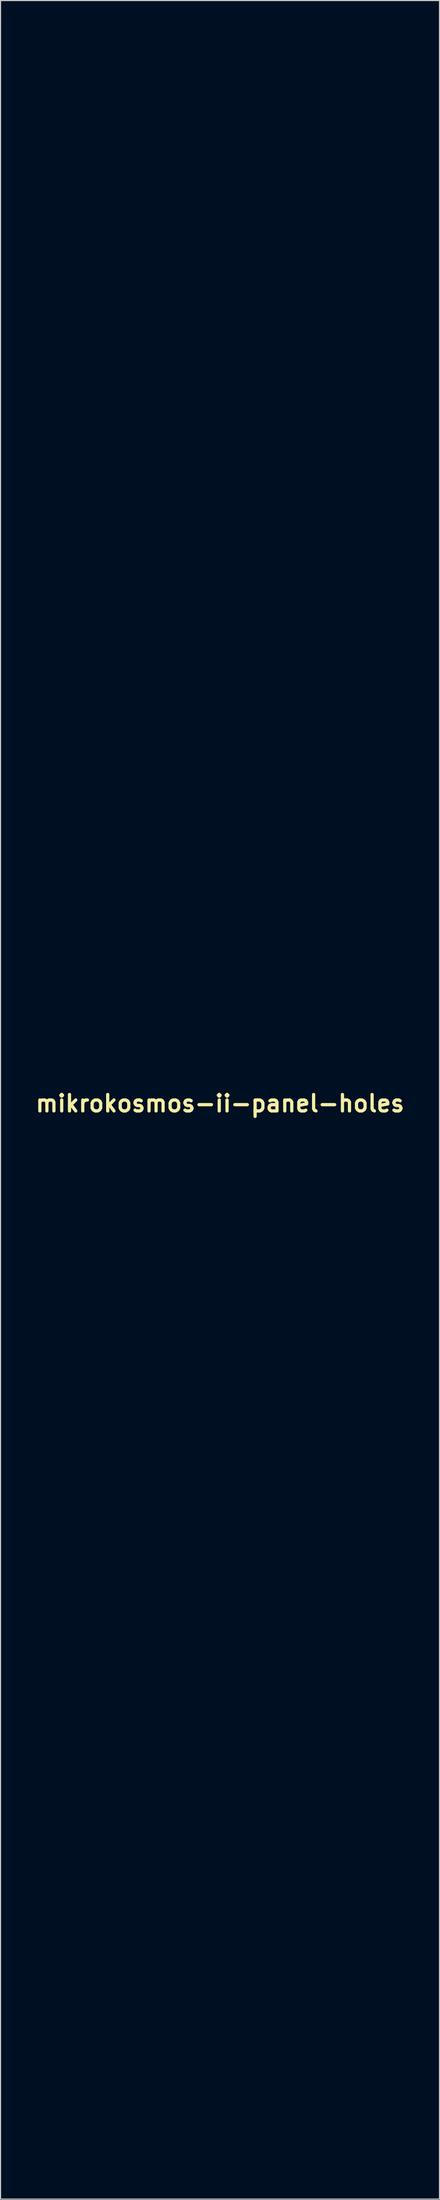
<source format=kicad_pcb>
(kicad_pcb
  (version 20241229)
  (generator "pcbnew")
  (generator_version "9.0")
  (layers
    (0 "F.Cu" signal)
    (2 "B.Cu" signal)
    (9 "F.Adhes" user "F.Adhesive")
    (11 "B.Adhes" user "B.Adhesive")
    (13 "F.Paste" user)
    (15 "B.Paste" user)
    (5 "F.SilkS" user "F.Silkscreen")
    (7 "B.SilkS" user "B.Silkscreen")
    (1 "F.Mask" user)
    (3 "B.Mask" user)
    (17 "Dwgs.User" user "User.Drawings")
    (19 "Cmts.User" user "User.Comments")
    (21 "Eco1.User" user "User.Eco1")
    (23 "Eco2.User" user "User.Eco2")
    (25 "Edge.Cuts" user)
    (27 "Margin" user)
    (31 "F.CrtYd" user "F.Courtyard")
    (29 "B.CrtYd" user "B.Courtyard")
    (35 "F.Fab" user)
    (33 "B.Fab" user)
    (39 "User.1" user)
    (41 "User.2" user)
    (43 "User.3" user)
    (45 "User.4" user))
  (footprint "mikrokosmos-ii-panel-holes"
    (layer "F.Cu")
    (at 17.424 99.428)
    (property "Reference" "mikrokosmos-ii-panel-holes" (at 0 0 0) (layer "F.SilkS") (effects (font (size 1.524 1.524) (thickness 0.3))))
    (attr board_only exclude_from_pos_files exclude_from_bom)
    (fp_poly (pts (xy -6.356 42.054) (xy -6.636 42.054) (xy -6.636 39.384) (xy -6.356 39.384)) (stroke (width 0.1) (type solid)) (fill no) (layer "Eco1.User"))
    (fp_poly (pts (xy -0.585 62.063) (xy -1.119 62.063) (xy -1.119 58.326) (xy -0.585 58.326)) (stroke (width 0.1) (type solid)) (fill no) (layer "Eco1.User"))
    (fp_poly (pts (xy 0.127 -95.828) (xy -0.915 -95.828) (xy -0.915 -99.235) (xy 0.127 -99.235)) (stroke (width 0.1) (type solid)) (fill no) (layer "Eco1.User"))
    (fp_poly (pts (xy 9.179 62.063) (xy 8.645 62.063) (xy 8.645 58.326) (xy 9.179 58.326)) (stroke (width 0.1) (type solid)) (fill no) (layer "Eco1.User"))
    (fp_poly (pts (xy 9.255 -90.87) (xy 8.238 -90.87) (xy 8.238 -94.303) (xy 9.255 -94.303)) (stroke (width 0.1) (type solid)) (fill no) (layer "Eco1.User"))
    (fp_poly (pts (xy 10.933 -90.87) (xy 9.916 -90.87) (xy 9.916 -94.303) (xy 10.933 -94.303)) (stroke (width 0.1) (type solid)) (fill no) (layer "Eco1.User"))
    (fp_poly (pts (xy 12.509 -89.701) (xy -12.509 -89.701) (xy -12.509 -90.489) (xy 12.509 -90.489)) (stroke (width 0.1) (type solid)) (fill no) (layer "Eco1.User"))
    (fp_poly (pts (xy 12.509 90.489) (xy -12.509 90.489) (xy -12.509 89.701) (xy 12.509 89.701)) (stroke (width 0.1) (type solid)) (fill no) (layer "Eco1.User"))
    (fp_poly (pts (xy 8.009 41.647) (xy 7.703 41.647) (xy 7.71 40.522) (xy 7.717 39.397) (xy 7.863 39.389) (xy 8.009 39.381)) (stroke (width 0.1) (type solid)) (fill no) (layer "Eco1.User"))
    (fp_poly (pts (xy -4.449 58.962) (xy -5.06 58.962) (xy -5.06 62.063) (xy -5.594 62.063) (xy -5.594 58.963) (xy -5.905 58.956) (xy -6.217 58.949) (xy -6.217 58.339) (xy -5.333 58.332) (xy -4.449 58.325)) (stroke (width 0.1) (type solid)) (fill no) (layer "Eco1.User"))
    (fp_poly (pts (xy 7.944 41.736) (xy 8.007 41.792) (xy 8.034 41.879) (xy 8.034 41.892) (xy 8.014 41.982) (xy 7.962 42.045) (xy 7.89 42.076) (xy 7.81 42.07) (xy 7.735 42.022) (xy 7.734 42.02) (xy 7.688 41.941) (xy 7.683 41.859) (xy 7.715 41.785) (xy 7.779 41.734) (xy 7.85 41.718)) (stroke (width 0.1) (type solid)) (fill no) (layer "Eco1.User"))
    (fp_poly (pts (xy 1.958 27.536) (xy 1.67 27.536) (xy 1.553 27.534) (xy 1.456 27.53) (xy 1.39 27.525) (xy 1.364 27.519) (xy 1.362 27.491) (xy 1.359 27.417) (xy 1.357 27.3) (xy 1.354 27.144) (xy 1.352 26.953) (xy 1.351 26.732) (xy 1.349 26.484) (xy 1.348 26.214) (xy 1.348 25.924) (xy 1.348 25.65) (xy 1.348 23.798) (xy 1.958 23.798)) (stroke (width 0.1) (type solid)) (fill no) (layer "Eco1.User"))
    (fp_poly (pts (xy 2.434 23.805) (xy 2.677 23.829) (xy 2.912 23.874) (xy 3.125 23.936) (xy 3.282 24.003) (xy 3.382 24.053) (xy 3.382 23.798) (xy 3.992 23.798) (xy 3.992 27.536) (xy 3.382 27.536) (xy 3.382 24.79) (xy 3.261 24.702) (xy 3.146 24.627) (xy 3.021 24.557) (xy 2.902 24.501) (xy 2.815 24.471) (xy 2.746 24.454) (xy 2.746 27.536) (xy 2.136 27.536) (xy 2.136 23.791)) (stroke (width 0.1) (type solid)) (fill no) (layer "Eco1.User"))
    (fp_poly (pts (xy 3.96 39.39) (xy 4.214 39.427) (xy 4.445 39.505) (xy 4.583 39.579) (xy 4.678 39.639) (xy 4.678 39.384) (xy 4.984 39.384) (xy 4.977 40.712) (xy 4.971 42.041) (xy 4.691 42.041) (xy 4.678 39.998) (xy 4.555 39.908) (xy 4.398 39.81) (xy 4.233 39.735) (xy 4.125 39.703) (xy 4.043 39.685) (xy 4.037 40.863) (xy 4.03 42.041) (xy 3.884 42.049) (xy 3.738 42.056) (xy 3.738 39.377)) (stroke (width 0.1) (type solid)) (fill no) (layer "Eco1.User"))
    (fp_poly (pts (xy 5.441 41.749) (xy 6.28 41.749) (xy 6.28 42.054) (xy 5.725 42.054) (xy 5.562 42.053) (xy 5.416 42.051) (xy 5.295 42.048) (xy 5.207 42.044) (xy 5.159 42.039) (xy 5.153 42.037) (xy 5.15 42.009) (xy 5.147 41.935) (xy 5.144 41.819) (xy 5.141 41.668) (xy 5.139 41.485) (xy 5.138 41.274) (xy 5.137 41.042) (xy 5.136 40.793) (xy 5.136 40.702) (xy 5.136 39.384) (xy 5.441 39.384)) (stroke (width 0.1) (type solid)) (fill no) (layer "Eco1.User"))
    (fp_poly (pts (xy 9.617 58.337) (xy 9.771 58.355) (xy 9.935 58.386) (xy 10.097 58.427) (xy 10.242 58.474) (xy 10.356 58.523) (xy 10.392 58.544) (xy 10.438 58.571) (xy 10.462 58.58) (xy 10.469 58.557) (xy 10.474 58.499) (xy 10.475 58.452) (xy 10.475 58.324) (xy 10.736 58.331) (xy 10.996 58.339) (xy 11.003 60.201) (xy 11.01 62.063) (xy 10.475 62.063) (xy 10.475 59.347) (xy 10.364 59.249) (xy 10.261 59.169) (xy 10.142 59.093) (xy 10.026 59.032) (xy 9.948 59.001) (xy 9.89 58.984) (xy 9.89 62.063) (xy 9.357 62.063) (xy 9.357 58.319)) (stroke (width 0.1) (type solid)) (fill no) (layer "Eco1.User"))
    (fp_poly (pts (xy 10.612 -97.486) (xy 10.742 -97.484) (xy 10.853 -97.481) (xy 10.935 -97.477) (xy 10.978 -97.471) (xy 10.981 -97.47) (xy 11.004 -97.431) (xy 11.007 -97.373) (xy 10.991 -97.324) (xy 10.98 -97.313) (xy 10.944 -97.307) (xy 10.867 -97.301) (xy 10.76 -97.297) (xy 10.632 -97.294) (xy 10.494 -97.293) (xy 10.356 -97.294) (xy 10.228 -97.296) (xy 10.119 -97.299) (xy 10.041 -97.304) (xy 10.003 -97.311) (xy 10.003 -97.311) (xy 9.975 -97.35) (xy 9.968 -97.407) (xy 9.981 -97.457) (xy 9.993 -97.469) (xy 10.028 -97.475) (xy 10.103 -97.48) (xy 10.209 -97.483) (xy 10.336 -97.485) (xy 10.474 -97.486)) (stroke (width 0.1) (type solid)) (fill no) (layer "Eco1.User"))
    (fp_poly (pts (xy 6.583 39.64) (xy 6.655 39.736) (xy 6.717 39.812) (xy 6.763 39.861) (xy 6.787 39.876) (xy 6.788 39.876) (xy 6.81 39.847) (xy 6.855 39.787) (xy 6.916 39.704) (xy 6.978 39.619) (xy 7.149 39.384) (xy 7.504 39.384) (xy 7.446 39.467) (xy 7.41 39.516) (xy 7.352 39.597) (xy 7.278 39.7) (xy 7.194 39.816) (xy 7.152 39.874) (xy 6.916 40.199) (xy 6.916 42.054) (xy 6.636 42.054) (xy 6.636 40.215) (xy 6.361 39.831) (xy 6.272 39.708) (xy 6.194 39.597) (xy 6.13 39.507) (xy 6.086 39.444) (xy 6.067 39.416) (xy 6.069 39.398) (xy 6.106 39.388) (xy 6.184 39.384) (xy 6.223 39.384) (xy 6.397 39.384)) (stroke (width 0.1) (type solid)) (fill no) (layer "Eco1.User"))
    (fp_poly (pts (xy -7.812 39.388) (xy -7.579 39.422) (xy -7.369 39.5) (xy -7.185 39.618) (xy -7.161 39.638) (xy -7.013 39.799) (xy -6.907 39.979) (xy -6.843 40.17) (xy -6.819 40.368) (xy -6.834 40.566) (xy -6.885 40.757) (xy -6.972 40.935) (xy -7.092 41.095) (xy -7.245 41.229) (xy -7.429 41.333) (xy -7.582 41.385) (xy -7.755 41.429) (xy -7.755 42.054) (xy -8.034 42.054) (xy -8.034 41.113) (xy -7.755 41.113) (xy -7.696 41.113) (xy -7.641 41.102) (xy -7.563 41.073) (xy -7.507 41.048) (xy -7.353 40.946) (xy -7.237 40.817) (xy -7.158 40.668) (xy -7.116 40.507) (xy -7.111 40.341) (xy -7.143 40.177) (xy -7.212 40.024) (xy -7.318 39.889) (xy -7.461 39.779) (xy -7.507 39.754) (xy -7.589 39.718) (xy -7.663 39.694) (xy -7.696 39.689) (xy -7.755 39.689) (xy -7.755 41.113) (xy -8.034 41.113) (xy -8.034 39.378)) (stroke (width 0.1) (type solid)) (fill no) (layer "Eco1.User"))
    (fp_poly (pts (xy -2.045 83.989) (xy -1.86 84.021) (xy -1.838 84.027) (xy -1.603 84.124) (xy -1.396 84.263) (xy -1.22 84.441) (xy -1.077 84.656) (xy -1.046 84.717) (xy -1.001 84.815) (xy -0.973 84.897) (xy -0.957 84.981) (xy -0.948 85.087) (xy -0.945 85.154) (xy -0.951 85.389) (xy -0.994 85.597) (xy -1.075 85.793) (xy -1.139 85.901) (xy -1.292 86.093) (xy -1.476 86.248) (xy -1.685 86.365) (xy -1.912 86.441) (xy -2.149 86.473) (xy -2.391 86.458) (xy -2.514 86.432) (xy -2.74 86.345) (xy -2.943 86.217) (xy -3.12 86.051) (xy -3.263 85.853) (xy -3.367 85.63) (xy -3.385 85.575) (xy -3.421 85.394) (xy -3.43 85.192) (xy -3.411 84.99) (xy -3.366 84.81) (xy -3.358 84.788) (xy -3.255 84.585) (xy -3.111 84.398) (xy -2.936 84.235) (xy -2.741 84.107) (xy -2.625 84.054) (xy -2.448 84.006) (xy -2.248 83.984)) (stroke (width 0.1) (type solid)) (fill no) (layer "Eco1.User"))
    (fp_poly (pts (xy 1.5 58.962) (xy 0.331 58.962) (xy 0.331 59.165) (xy 1.526 59.165) (xy 1.526 59.775) (xy 0.331 59.775) (xy 0.331 60.07) (xy 0.336 60.257) (xy 0.351 60.417) (xy 0.371 60.522) (xy 0.455 60.751) (xy 0.581 60.955) (xy 0.743 61.131) (xy 0.937 61.273) (xy 1.158 61.376) (xy 1.399 61.438) (xy 1.405 61.438) (xy 1.526 61.456) (xy 1.526 62.063) (xy 1.405 62.061) (xy 1.311 62.054) (xy 1.198 62.039) (xy 1.127 62.025) (xy 0.878 61.946) (xy 0.641 61.82) (xy 0.421 61.653) (xy 0.224 61.447) (xy 0.055 61.209) (xy 0.05 61.2) (xy -0.065 60.976) (xy -0.147 60.739) (xy -0.2 60.481) (xy -0.226 60.191) (xy -0.229 60.029) (xy -0.229 59.778) (xy -0.324 59.77) (xy -0.42 59.762) (xy -0.434 59.165) (xy -0.23 59.165) (xy -0.223 58.752) (xy -0.216 58.339) (xy 0.642 58.332) (xy 1.5 58.325)) (stroke (width 0.1) (type solid)) (fill no) (layer "Eco1.User"))
    (fp_poly (pts (xy -9.948 58.332) (xy -9.09 58.339) (xy -9.09 58.949) (xy -9.682 58.956) (xy -10.275 58.963) (xy -10.259 59.152) (xy -9.655 59.159) (xy -9.051 59.166) (xy -9.051 59.775) (xy -10.272 59.775) (xy -10.271 59.972) (xy -10.264 60.197) (xy -10.242 60.385) (xy -10.203 60.55) (xy -10.145 60.705) (xy -10.12 60.757) (xy -9.99 60.966) (xy -9.824 61.143) (xy -9.627 61.284) (xy -9.407 61.383) (xy -9.223 61.43) (xy -9.051 61.458) (xy -9.051 62.063) (xy -9.185 62.062) (xy -9.28 62.054) (xy -9.397 62.036) (xy -9.504 62.012) (xy -9.767 61.917) (xy -10.01 61.777) (xy -10.229 61.595) (xy -10.421 61.373) (xy -10.583 61.114) (xy -10.609 61.062) (xy -10.673 60.926) (xy -10.72 60.8) (xy -10.753 60.672) (xy -10.776 60.53) (xy -10.79 60.36) (xy -10.799 60.176) (xy -10.812 59.775) (xy -11.009 59.775) (xy -11.009 59.165) (xy -10.806 59.165) (xy -10.806 58.325)) (stroke (width 0.1) (type solid)) (fill no) (layer "Eco1.User"))
    (fp_poly (pts (xy 3.697 58.331) (xy 3.784 58.333) (xy 3.843 58.337) (xy 3.88 58.342) (xy 3.9 58.35) (xy 3.906 58.359) (xy 3.905 58.37) (xy 3.892 58.401) (xy 3.861 58.474) (xy 3.813 58.585) (xy 3.75 58.732) (xy 3.674 58.908) (xy 3.586 59.112) (xy 3.488 59.337) (xy 3.382 59.581) (xy 3.269 59.84) (xy 3.231 59.928) (xy 2.572 61.441) (xy 3.61 61.454) (xy 3.61 62.063) (xy 2.657 62.063) (xy 2.442 62.063) (xy 2.245 62.062) (xy 2.07 62.059) (xy 1.923 62.057) (xy 1.809 62.053) (xy 1.735 62.049) (xy 1.705 62.045) (xy 1.705 62.044) (xy 1.715 62.018) (xy 1.744 61.95) (xy 1.79 61.843) (xy 1.851 61.7) (xy 1.927 61.527) (xy 2.014 61.327) (xy 2.111 61.104) (xy 2.217 60.862) (xy 2.33 60.605) (xy 2.376 60.5) (xy 3.046 58.974) (xy 2.047 58.949) (xy 2.047 58.339) (xy 2.983 58.332) (xy 3.226 58.33) (xy 3.423 58.329) (xy 3.578 58.329)) (stroke (width 0.1) (type solid)) (fill no) (layer "Eco1.User"))
    (fp_poly (pts (xy -4.729 39.689) (xy -5.721 39.689) (xy -5.721 39.994) (xy -4.704 39.994) (xy -4.704 40.299) (xy -5.721 40.299) (xy -5.721 40.561) (xy -5.711 40.792) (xy -5.677 40.985) (xy -5.617 41.152) (xy -5.527 41.301) (xy -5.402 41.442) (xy -5.364 41.478) (xy -5.191 41.609) (xy -4.999 41.696) (xy -4.823 41.736) (xy -4.704 41.754) (xy -4.704 41.904) (xy -4.708 41.997) (xy -4.721 42.043) (xy -4.735 42.051) (xy -4.777 42.045) (xy -4.85 42.034) (xy -4.907 42.025) (xy -5.107 41.97) (xy -5.308 41.874) (xy -5.498 41.744) (xy -5.667 41.588) (xy -5.802 41.415) (xy -5.846 41.342) (xy -5.906 41.218) (xy -5.95 41.096) (xy -5.981 40.965) (xy -6.002 40.809) (xy -6.016 40.616) (xy -6.017 40.611) (xy -6.034 40.299) (xy -6.106 40.299) (xy -6.146 40.297) (xy -6.168 40.282) (xy -6.177 40.243) (xy -6.178 40.167) (xy -6.178 40.147) (xy -6.178 39.994) (xy -6.026 39.994) (xy -6.026 39.384) (xy -4.729 39.384)) (stroke (width 0.1) (type solid)) (fill no) (layer "Eco1.User"))
    (fp_poly (pts (xy -2.962 39.467) (xy -2.98 39.506) (xy -3.018 39.586) (xy -3.073 39.702) (xy -3.144 39.849) (xy -3.228 40.022) (xy -3.322 40.216) (xy -3.424 40.427) (xy -3.528 40.643) (xy -4.06 41.736) (xy -3.592 41.743) (xy -3.125 41.75) (xy -3.132 41.895) (xy -3.14 42.041) (xy -3.833 42.048) (xy -4.015 42.049) (xy -4.179 42.05) (xy -4.318 42.049) (xy -4.427 42.048) (xy -4.498 42.046) (xy -4.526 42.043) (xy -4.526 42.043) (xy -4.515 42.019) (xy -4.484 41.953) (xy -4.435 41.851) (xy -4.37 41.715) (xy -4.292 41.552) (xy -4.202 41.366) (xy -4.102 41.16) (xy -3.995 40.939) (xy -3.98 40.908) (xy -3.871 40.684) (xy -3.769 40.473) (xy -3.676 40.28) (xy -3.594 40.109) (xy -3.525 39.964) (xy -3.471 39.852) (xy -3.435 39.775) (xy -3.419 39.738) (xy -3.419 39.737) (xy -3.416 39.72) (xy -3.426 39.708) (xy -3.454 39.699) (xy -3.508 39.693) (xy -3.594 39.689) (xy -3.718 39.685) (xy -3.844 39.683) (xy -4.284 39.676) (xy -4.292 39.53) (xy -4.299 39.384) (xy -2.927 39.384)) (stroke (width 0.1) (type solid)) (fill no) (layer "Eco1.User"))
    (fp_poly (pts (xy -2.653 58.344) (xy -2.51 58.349) (xy -2.4 58.36) (xy -2.309 58.378) (xy -2.218 58.407) (xy -2.202 58.413) (xy -1.973 58.526) (xy -1.77 58.679) (xy -1.597 58.87) (xy -1.457 59.092) (xy -1.355 59.34) (xy -1.332 59.421) (xy -1.308 59.572) (xy -1.299 59.753) (xy -1.307 59.944) (xy -1.329 60.127) (xy -1.366 60.282) (xy -1.372 60.302) (xy -1.474 60.526) (xy -1.611 60.731) (xy -1.777 60.909) (xy -1.965 61.054) (xy -2.167 61.16) (xy -2.282 61.198) (xy -2.39 61.226) (xy -2.39 62.063) (xy -2.95 62.063) (xy -2.943 60.201) (xy -2.942 59.788) (xy -2.39 59.788) (xy -2.39 60.016) (xy -2.389 60.197) (xy -2.386 60.338) (xy -2.383 60.442) (xy -2.378 60.514) (xy -2.372 60.559) (xy -2.364 60.583) (xy -2.355 60.589) (xy -2.316 60.575) (xy -2.251 60.541) (xy -2.196 60.506) (xy -2.053 60.383) (xy -1.946 60.232) (xy -1.875 60.062) (xy -1.839 59.881) (xy -1.839 59.697) (xy -1.875 59.517) (xy -1.946 59.349) (xy -2.052 59.201) (xy -2.193 59.082) (xy -2.213 59.07) (xy -2.287 59.026) (xy -2.345 58.997) (xy -2.37 58.987) (xy -2.375 59.011) (xy -2.379 59.081) (xy -2.383 59.189) (xy -2.386 59.329) (xy -2.389 59.496) (xy -2.39 59.684) (xy -2.39 59.788) (xy -2.942 59.788) (xy -2.937 58.339)) (stroke (width 0.1) (type solid)) (fill no) (layer "Eco1.User"))
    (fp_poly (pts (xy 2.981 -99.255) (xy 3.016 -99.212) (xy 3.026 -99.151) (xy 3.009 -99.124) (xy 2.96 -99.069) (xy 2.887 -98.992) (xy 2.794 -98.899) (xy 2.707 -98.815) (xy 2.388 -98.509) (xy 2.793 -97.328) (xy 2.875 -97.09) (xy 2.953 -96.865) (xy 3.025 -96.656) (xy 3.09 -96.47) (xy 3.146 -96.311) (xy 3.19 -96.185) (xy 3.223 -96.096) (xy 3.24 -96.05) (xy 3.241 -96.048) (xy 3.274 -95.942) (xy 3.271 -95.864) (xy 3.233 -95.818) (xy 3.197 -95.808) (xy 3.134 -95.815) (xy 3.112 -95.839) (xy 3.102 -95.869) (xy 3.077 -95.941) (xy 3.039 -96.051) (xy 2.991 -96.192) (xy 2.934 -96.36) (xy 2.87 -96.549) (xy 2.801 -96.752) (xy 2.728 -96.966) (xy 2.654 -97.184) (xy 2.581 -97.401) (xy 2.509 -97.611) (xy 2.442 -97.809) (xy 2.381 -97.99) (xy 2.328 -98.148) (xy 2.306 -98.212) (xy 2.277 -98.293) (xy 2.253 -98.35) (xy 2.239 -98.371) (xy 2.215 -98.355) (xy 2.163 -98.311) (xy 2.09 -98.247) (xy 2.028 -98.191) (xy 1.831 -98.011) (xy 1.831 -95.828) (xy 0.788 -95.828) (xy 0.788 -99.235) (xy 1.83 -99.235) (xy 1.836 -98.748) (xy 1.843 -98.261) (xy 2.263 -98.642) (xy 2.392 -98.761) (xy 2.514 -98.876) (xy 2.622 -98.98) (xy 2.709 -99.067) (xy 2.768 -99.129) (xy 2.779 -99.142) (xy 2.857 -99.22) (xy 2.926 -99.258)) (stroke (width 0.1) (type solid)) (fill no) (layer "Eco1.User"))
    (fp_poly (pts (xy -2.059 24.398) (xy -2.269 24.438) (xy -2.39 24.466) (xy -2.512 24.503) (xy -2.611 24.54) (xy -2.619 24.543) (xy -2.759 24.608) (xy -2.307 24.61) (xy -1.856 24.612) (xy -1.856 27.536) (xy -2.066 27.533) (xy -2.185 27.529) (xy -2.302 27.521) (xy -2.395 27.511) (xy -2.403 27.51) (xy -2.681 27.444) (xy -2.954 27.334) (xy -3.205 27.184) (xy -3.233 27.164) (xy -3.452 26.973) (xy -3.636 26.749) (xy -3.784 26.499) (xy -3.892 26.229) (xy -3.959 25.946) (xy -3.98 25.68) (xy -3.382 25.68) (xy -3.358 25.913) (xy -3.291 26.137) (xy -3.184 26.344) (xy -3.043 26.527) (xy -2.874 26.681) (xy -2.679 26.798) (xy -2.543 26.851) (xy -2.493 26.866) (xy -2.473 26.872) (xy -2.471 26.849) (xy -2.47 26.78) (xy -2.468 26.672) (xy -2.467 26.532) (xy -2.467 26.365) (xy -2.466 26.176) (xy -2.466 26.062) (xy -2.466 25.249) (xy -2.987 25.235) (xy -3 25.021) (xy -3.013 24.806) (xy -3.096 24.901) (xy -3.216 25.072) (xy -3.307 25.273) (xy -3.364 25.489) (xy -3.382 25.68) (xy -3.98 25.68) (xy -3.982 25.657) (xy -3.959 25.368) (xy -3.927 25.218) (xy -3.833 24.952) (xy -3.694 24.703) (xy -3.516 24.476) (xy -3.303 24.276) (xy -3.061 24.105) (xy -2.794 23.967) (xy -2.508 23.868) (xy -2.206 23.809) (xy -2.059 23.792)) (stroke (width 0.1) (type solid)) (fill no) (layer "Eco1.User"))
    (fp_poly (pts (xy 0.152 -58.641) (xy 0.27 -58.632) (xy 0.372 -58.615) (xy 0.47 -58.587) (xy 0.732 -58.478) (xy 0.968 -58.327) (xy 1.174 -58.138) (xy 1.346 -57.914) (xy 1.481 -57.658) (xy 1.52 -57.559) (xy 1.55 -57.468) (xy 1.57 -57.386) (xy 1.581 -57.297) (xy 1.586 -57.185) (xy 1.588 -57.067) (xy 1.58 -56.847) (xy 1.551 -56.658) (xy 1.497 -56.485) (xy 1.415 -56.31) (xy 1.393 -56.27) (xy 1.299 -56.131) (xy 1.174 -55.985) (xy 1.033 -55.847) (xy 0.891 -55.731) (xy 0.855 -55.707) (xy 0.657 -55.601) (xy 0.431 -55.523) (xy 0.191 -55.475) (xy -0.047 -55.459) (xy -0.27 -55.479) (xy -0.318 -55.489) (xy -0.57 -55.564) (xy -0.789 -55.667) (xy -0.988 -55.806) (xy -1.179 -55.989) (xy -1.35 -56.209) (xy -1.476 -56.448) (xy -1.558 -56.7) (xy -1.592 -56.928) (xy -0.992 -56.928) (xy -0.127 -56.928) (xy -0.127 -56.063) (xy 0.127 -56.063) (xy 0.127 -56.928) (xy 0.992 -56.928) (xy 0.992 -57.182) (xy 0.127 -57.182) (xy 0.127 -58.046) (xy -0.127 -58.046) (xy -0.127 -57.182) (xy -0.992 -57.182) (xy -0.992 -56.928) (xy -1.592 -56.928) (xy -1.597 -56.96) (xy -1.591 -57.223) (xy -1.542 -57.482) (xy -1.449 -57.732) (xy -1.312 -57.967) (xy -1.132 -58.181) (xy -1.129 -58.184) (xy -0.914 -58.365) (xy -0.672 -58.507) (xy -0.47 -58.587) (xy -0.369 -58.615) (xy -0.268 -58.632) (xy -0.149 -58.641) (xy 0 -58.644)) (stroke (width 0.1) (type solid)) (fill no) (layer "Eco1.User"))
    (fp_poly (pts (xy -7.776 -98.689) (xy -7.488 -98.689) (xy -7.244 -98.688) (xy -7.038 -98.687) (xy -6.867 -98.686) (xy -6.727 -98.684) (xy -6.614 -98.682) (xy -6.523 -98.678) (xy -6.452 -98.674) (xy -6.396 -98.668) (xy -6.351 -98.661) (xy -6.313 -98.653) (xy -6.278 -98.643) (xy -6.242 -98.632) (xy -5.993 -98.529) (xy -5.764 -98.386) (xy -5.561 -98.21) (xy -5.394 -98.007) (xy -5.29 -97.831) (xy -5.201 -97.628) (xy -5.145 -97.442) (xy -5.117 -97.254) (xy -5.111 -97.101) (xy -5.135 -96.814) (xy -5.206 -96.546) (xy -5.319 -96.299) (xy -5.472 -96.078) (xy -5.662 -95.886) (xy -5.885 -95.727) (xy -6.139 -95.606) (xy -6.325 -95.547) (xy -6.367 -95.537) (xy -6.41 -95.528) (xy -6.459 -95.521) (xy -6.518 -95.515) (xy -6.591 -95.51) (xy -6.683 -95.507) (xy -6.796 -95.504) (xy -6.937 -95.502) (xy -7.108 -95.5) (xy -7.315 -95.499) (xy -7.56 -95.499) (xy -7.849 -95.499) (xy -8.121 -95.499) (xy -8.449 -95.5) (xy -8.73 -95.5) (xy -8.968 -95.501) (xy -9.168 -95.502) (xy -9.333 -95.504) (xy -9.469 -95.507) (xy -9.578 -95.51) (xy -9.666 -95.514) (xy -9.736 -95.519) (xy -9.792 -95.526) (xy -9.839 -95.533) (xy -9.881 -95.542) (xy -9.911 -95.549) (xy -10.175 -95.644) (xy -10.414 -95.781) (xy -10.624 -95.955) (xy -10.802 -96.163) (xy -10.943 -96.401) (xy -11.043 -96.663) (xy -11.074 -96.793) (xy -11.105 -97.071) (xy -11.087 -97.345) (xy -11.021 -97.61) (xy -10.909 -97.86) (xy -10.753 -98.091) (xy -10.594 -98.262) (xy -10.452 -98.384) (xy -10.316 -98.478) (xy -10.166 -98.554) (xy -10.002 -98.618) (xy -9.802 -98.689) (xy -8.111 -98.689)) (stroke (width 0.1) (type solid)) (fill no) (layer "Eco1.User"))
    (fp_poly (pts (xy -8.834 -94.318) (xy -8.808 -94.272) (xy -8.802 -94.236) (xy -8.802 -94.204) (xy -8.813 -94.171) (xy -8.839 -94.131) (xy -8.885 -94.077) (xy -8.957 -94.005) (xy -9.06 -93.906) (xy -9.101 -93.868) (xy -9.203 -93.77) (xy -9.291 -93.684) (xy -9.358 -93.616) (xy -9.398 -93.571) (xy -9.407 -93.557) (xy -9.399 -93.528) (xy -9.377 -93.456) (xy -9.341 -93.348) (xy -9.294 -93.208) (xy -9.239 -93.043) (xy -9.176 -92.859) (xy -9.109 -92.66) (xy -9.038 -92.452) (xy -8.965 -92.242) (xy -8.894 -92.034) (xy -8.825 -91.834) (xy -8.761 -91.649) (xy -8.703 -91.483) (xy -8.653 -91.343) (xy -8.614 -91.233) (xy -8.587 -91.16) (xy -8.58 -91.142) (xy -8.544 -91.045) (xy -8.528 -90.981) (xy -8.53 -90.934) (xy -8.539 -90.907) (xy -8.581 -90.855) (xy -8.634 -90.852) (xy -8.68 -90.884) (xy -8.706 -90.927) (xy -8.739 -91.003) (xy -8.771 -91.097) (xy -8.773 -91.107) (xy -8.795 -91.175) (xy -8.829 -91.281) (xy -8.873 -91.417) (xy -8.927 -91.579) (xy -8.988 -91.761) (xy -9.054 -91.957) (xy -9.123 -92.161) (xy -9.192 -92.367) (xy -9.262 -92.57) (xy -9.328 -92.764) (xy -9.389 -92.944) (xy -9.444 -93.103) (xy -9.49 -93.235) (xy -9.526 -93.336) (xy -9.549 -93.399) (xy -9.558 -93.418) (xy -9.581 -93.409) (xy -9.634 -93.372) (xy -9.707 -93.311) (xy -9.783 -93.244) (xy -9.992 -93.053) (xy -9.992 -90.87) (xy -11.009 -90.87) (xy -11.009 -94.303) (xy -9.993 -94.303) (xy -9.986 -93.802) (xy -9.979 -93.301) (xy -9.573 -93.672) (xy -9.443 -93.791) (xy -9.317 -93.91) (xy -9.203 -94.019) (xy -9.109 -94.111) (xy -9.043 -94.178) (xy -9.035 -94.188) (xy -8.946 -94.276) (xy -8.88 -94.319)) (stroke (width 0.1) (type solid)) (fill no) (layer "Eco1.User"))
    (fp_poly (pts (xy 1.547 93.406) (xy 1.779 93.455) (xy 2.006 93.552) (xy 2.104 93.61) (xy 2.285 93.757) (xy 2.442 93.946) (xy 2.577 94.179) (xy 2.58 94.187) (xy 2.665 94.381) (xy 2.723 94.566) (xy 2.76 94.757) (xy 2.778 94.969) (xy 2.78 95.167) (xy 2.77 95.412) (xy 2.743 95.623) (xy 2.695 95.816) (xy 2.622 96.008) (xy 2.569 96.121) (xy 2.429 96.356) (xy 2.26 96.551) (xy 2.066 96.704) (xy 1.849 96.813) (xy 1.612 96.878) (xy 1.389 96.896) (xy 1.205 96.884) (xy 1.042 96.847) (xy 1.016 96.838) (xy 0.785 96.735) (xy 0.761 96.718) (xy 1.22 96.718) (xy 1.396 96.718) (xy 1.522 96.71) (xy 1.651 96.69) (xy 1.72 96.672) (xy 1.934 96.579) (xy 2.124 96.444) (xy 2.287 96.269) (xy 2.422 96.058) (xy 2.526 95.814) (xy 2.597 95.54) (xy 2.621 95.378) (xy 2.633 95.094) (xy 2.609 94.818) (xy 2.549 94.557) (xy 2.458 94.315) (xy 2.337 94.099) (xy 2.188 93.914) (xy 2.015 93.766) (xy 1.871 93.682) (xy 1.741 93.633) (xy 1.593 93.597) (xy 1.449 93.579) (xy 1.327 93.581) (xy 1.317 93.582) (xy 1.22 93.597) (xy 1.22 96.718) (xy 0.761 96.718) (xy 0.583 96.593) (xy 0.409 96.41) (xy 0.26 96.183) (xy 0.215 96.095) (xy 0.141 95.933) (xy 0.087 95.785) (xy 0.051 95.638) (xy 0.028 95.477) (xy 0.017 95.289) (xy 0.015 95.129) (xy 0.018 94.926) (xy 0.029 94.76) (xy 0.051 94.617) (xy 0.088 94.482) (xy 0.141 94.341) (xy 0.185 94.241) (xy 0.317 94.006) (xy 0.478 93.808) (xy 0.663 93.646) (xy 0.868 93.523) (xy 1.086 93.441) (xy 1.314 93.402)) (stroke (width 0.1) (type solid)) (fill no) (layer "Eco1.User"))
    (fp_poly (pts (xy 3.105 -94.323) (xy 3.283 -94.293) (xy 3.333 -94.279) (xy 3.558 -94.183) (xy 3.765 -94.043) (xy 3.948 -93.864) (xy 4.103 -93.651) (xy 4.227 -93.409) (xy 4.314 -93.146) (xy 4.338 -93.007) (xy 4.354 -92.835) (xy 4.361 -92.644) (xy 4.358 -92.451) (xy 4.347 -92.27) (xy 4.327 -92.116) (xy 4.313 -92.053) (xy 4.219 -91.775) (xy 4.089 -91.527) (xy 3.929 -91.311) (xy 3.74 -91.131) (xy 3.527 -90.99) (xy 3.292 -90.894) (xy 3.251 -90.882) (xy 3.088 -90.854) (xy 2.903 -90.845) (xy 2.715 -90.856) (xy 2.547 -90.886) (xy 2.492 -90.903) (xy 2.256 -91.005) (xy 2.053 -91.142) (xy 1.878 -91.317) (xy 1.728 -91.533) (xy 1.654 -91.671) (xy 1.568 -91.863) (xy 1.508 -92.043) (xy 1.47 -92.227) (xy 1.451 -92.431) (xy 1.447 -92.623) (xy 1.456 -92.866) (xy 1.485 -93.077) (xy 1.537 -93.272) (xy 1.617 -93.466) (xy 1.658 -93.547) (xy 1.804 -93.777) (xy 1.986 -93.974) (xy 2.198 -94.133) (xy 2.244 -94.156) (xy 2.721 -94.156) (xy 2.721 -91.017) (xy 2.971 -91.027) (xy 3.094 -91.034) (xy 3.184 -91.045) (xy 3.261 -91.065) (xy 3.344 -91.098) (xy 3.419 -91.135) (xy 3.63 -91.267) (xy 3.812 -91.437) (xy 3.962 -91.641) (xy 4.079 -91.874) (xy 4.159 -92.133) (xy 4.202 -92.411) (xy 4.206 -92.705) (xy 4.195 -92.828) (xy 4.142 -93.114) (xy 4.05 -93.373) (xy 3.923 -93.603) (xy 3.763 -93.8) (xy 3.572 -93.96) (xy 3.411 -94.054) (xy 3.324 -94.093) (xy 3.249 -94.118) (xy 3.166 -94.133) (xy 3.06 -94.142) (xy 2.981 -94.146) (xy 2.721 -94.156) (xy 2.244 -94.156) (xy 2.436 -94.251) (xy 2.553 -94.291) (xy 2.719 -94.322) (xy 2.909 -94.333)) (stroke (width 0.1) (type solid)) (fill no) (layer "Eco1.User"))
    (fp_poly (pts (xy -1.391 39.383) (xy -1.212 39.438) (xy -1.026 39.527) (xy -0.85 39.639) (xy -0.739 39.73) (xy -0.56 39.927) (xy -0.427 40.141) (xy -0.339 40.367) (xy -0.295 40.6) (xy -0.295 40.835) (xy -0.339 41.067) (xy -0.426 41.29) (xy -0.556 41.5) (xy -0.729 41.691) (xy -0.895 41.825) (xy -1.099 41.942) (xy -1.321 42.023) (xy -1.548 42.064) (xy -1.77 42.063) (xy -1.837 42.054) (xy -2.088 41.985) (xy -2.319 41.872) (xy -2.524 41.722) (xy -2.699 41.539) (xy -2.838 41.327) (xy -2.936 41.092) (xy -2.979 40.915) (xy -2.992 40.718) (xy -2.682 40.718) (xy -2.681 40.844) (xy -2.677 40.934) (xy -2.666 41.001) (xy -2.647 41.06) (xy -2.616 41.125) (xy -2.602 41.151) (xy -2.47 41.356) (xy -2.311 41.522) (xy -2.129 41.648) (xy -1.93 41.73) (xy -1.718 41.768) (xy -1.498 41.759) (xy -1.34 41.723) (xy -1.149 41.639) (xy -0.972 41.515) (xy -0.819 41.36) (xy -0.698 41.183) (xy -0.623 41.004) (xy -0.583 40.79) (xy -0.59 40.582) (xy -0.637 40.385) (xy -0.722 40.204) (xy -0.838 40.041) (xy -0.981 39.902) (xy -1.146 39.79) (xy -1.329 39.71) (xy -1.525 39.665) (xy -1.729 39.66) (xy -1.937 39.698) (xy -2.072 39.749) (xy -2.222 39.839) (xy -2.37 39.964) (xy -2.499 40.111) (xy -2.597 40.265) (xy -2.6 40.271) (xy -2.637 40.349) (xy -2.66 40.413) (xy -2.674 40.478) (xy -2.681 40.561) (xy -2.682 40.674) (xy -2.682 40.718) (xy -2.992 40.718) (xy -2.995 40.679) (xy -2.964 40.444) (xy -2.89 40.216) (xy -2.777 40.002) (xy -2.629 39.808) (xy -2.449 39.641) (xy -2.242 39.507) (xy -2.071 39.431) (xy -1.904 39.388) (xy -1.715 39.366) (xy -1.526 39.366)) (stroke (width 0.1) (type solid)) (fill no) (layer "Eco1.User"))
    (fp_poly (pts (xy 0.249 6.52) (xy 0.469 6.54) (xy 0.497 6.544) (xy 0.908 6.63) (xy 1.3 6.761) (xy 1.67 6.935) (xy 2.016 7.149) (xy 2.334 7.402) (xy 2.62 7.689) (xy 2.872 8.009) (xy 3.087 8.359) (xy 3.261 8.736) (xy 3.325 8.912) (xy 3.401 9.171) (xy 3.452 9.421) (xy 3.482 9.681) (xy 3.492 9.969) (xy 3.493 10.005) (xy 3.471 10.425) (xy 3.406 10.822) (xy 3.296 11.199) (xy 3.139 11.563) (xy 2.934 11.916) (xy 2.913 11.948) (xy 2.658 12.285) (xy 2.371 12.584) (xy 2.054 12.845) (xy 1.711 13.065) (xy 1.345 13.243) (xy 0.961 13.377) (xy 0.56 13.465) (xy 0.147 13.507) (xy -0.267 13.499) (xy -0.678 13.443) (xy -1.08 13.339) (xy -1.468 13.187) (xy -1.837 12.991) (xy -2.018 12.873) (xy -2.258 12.684) (xy -2.493 12.458) (xy -2.716 12.207) (xy -2.915 11.942) (xy -3.082 11.675) (xy -3.165 11.512) (xy -3.302 11.177) (xy -3.4 10.851) (xy -3.462 10.518) (xy -3.49 10.163) (xy -3.49 10.145) (xy -2.492 10.145) (xy -0.127 10.145) (xy -0.127 12.509) (xy 0.127 12.509) (xy 0.127 10.145) (xy 2.492 10.145) (xy 2.492 9.891) (xy 1.316 9.884) (xy 0.14 9.878) (xy 0.133 8.689) (xy 0.127 7.501) (xy -0.127 7.501) (xy -0.133 8.689) (xy -0.14 9.878) (xy -1.316 9.884) (xy -2.492 9.891) (xy -2.492 10.145) (xy -3.49 10.145) (xy -3.493 10.005) (xy -3.477 9.634) (xy -3.429 9.292) (xy -3.344 8.965) (xy -3.221 8.642) (xy -3.154 8.498) (xy -2.943 8.12) (xy -2.695 7.778) (xy -2.414 7.474) (xy -2.1 7.207) (xy -1.755 6.98) (xy -1.381 6.794) (xy -0.978 6.649) (xy -0.673 6.572) (xy -0.472 6.54) (xy -0.239 6.52) (xy 0.007 6.514)) (stroke (width 0.1) (type solid)) (fill no) (layer "Eco1.User"))
    (fp_poly (pts (xy 2.398 39.371) (xy 2.63 39.425) (xy 2.85 39.52) (xy 3.053 39.652) (xy 3.233 39.818) (xy 3.384 40.015) (xy 3.502 40.24) (xy 3.548 40.368) (xy 3.576 40.51) (xy 3.586 40.68) (xy 3.579 40.857) (xy 3.553 41.022) (xy 3.536 41.089) (xy 3.44 41.318) (xy 3.306 41.523) (xy 3.139 41.703) (xy 2.945 41.851) (xy 2.73 41.965) (xy 2.502 42.039) (xy 2.266 42.071) (xy 2.072 42.061) (xy 1.935 42.031) (xy 1.781 41.977) (xy 1.63 41.908) (xy 1.533 41.852) (xy 1.329 41.692) (xy 1.161 41.502) (xy 1.03 41.29) (xy 0.941 41.061) (xy 0.895 40.822) (xy 0.895 40.759) (xy 1.18 40.759) (xy 1.19 40.849) (xy 1.249 41.072) (xy 1.352 41.27) (xy 1.469 41.42) (xy 1.639 41.572) (xy 1.831 41.682) (xy 2.038 41.75) (xy 2.251 41.772) (xy 2.465 41.747) (xy 2.519 41.733) (xy 2.62 41.697) (xy 2.722 41.652) (xy 2.762 41.631) (xy 2.885 41.54) (xy 3.009 41.415) (xy 3.122 41.272) (xy 3.208 41.126) (xy 3.211 41.119) (xy 3.25 41.032) (xy 3.274 40.96) (xy 3.287 40.885) (xy 3.291 40.789) (xy 3.292 40.706) (xy 3.289 40.585) (xy 3.281 40.496) (xy 3.264 40.422) (xy 3.233 40.344) (xy 3.213 40.299) (xy 3.096 40.103) (xy 2.947 39.939) (xy 2.773 39.809) (xy 2.581 39.718) (xy 2.377 39.666) (xy 2.168 39.658) (xy 1.959 39.695) (xy 1.841 39.738) (xy 1.646 39.849) (xy 1.479 39.993) (xy 1.345 40.163) (xy 1.248 40.352) (xy 1.191 40.553) (xy 1.18 40.759) (xy 0.895 40.759) (xy 0.895 40.579) (xy 0.929 40.389) (xy 1.014 40.159) (xy 1.143 39.945) (xy 1.308 39.754) (xy 1.502 39.593) (xy 1.718 39.47) (xy 1.921 39.397) (xy 2.16 39.36)) (stroke (width 0.1) (type solid)) (fill no) (layer "Eco1.User"))
    (fp_poly (pts (xy 4.507 -99.23) (xy 4.755 -99.226) (xy 4.959 -99.221) (xy 5.126 -99.214) (xy 5.261 -99.204) (xy 5.37 -99.189) (xy 5.462 -99.168) (xy 5.541 -99.141) (xy 5.615 -99.107) (xy 5.689 -99.063) (xy 5.757 -99.019) (xy 5.93 -98.876) (xy 6.065 -98.707) (xy 6.162 -98.516) (xy 6.224 -98.311) (xy 6.25 -98.098) (xy 6.243 -97.881) (xy 6.201 -97.668) (xy 6.127 -97.465) (xy 6.022 -97.277) (xy 5.885 -97.111) (xy 5.719 -96.972) (xy 5.524 -96.868) (xy 5.435 -96.836) (xy 5.416 -96.825) (xy 5.409 -96.803) (xy 5.417 -96.76) (xy 5.439 -96.686) (xy 5.47 -96.598) (xy 5.538 -96.421) (xy 5.605 -96.282) (xy 5.677 -96.173) (xy 5.761 -96.083) (xy 5.772 -96.073) (xy 5.888 -95.995) (xy 6.009 -95.962) (xy 6.127 -95.977) (xy 6.128 -95.977) (xy 6.212 -95.994) (xy 6.262 -95.975) (xy 6.276 -95.919) (xy 6.275 -95.908) (xy 6.245 -95.844) (xy 6.177 -95.801) (xy 6.084 -95.78) (xy 5.975 -95.784) (xy 5.861 -95.814) (xy 5.835 -95.825) (xy 5.712 -95.894) (xy 5.606 -95.986) (xy 5.512 -96.106) (xy 5.424 -96.261) (xy 5.338 -96.459) (xy 5.315 -96.518) (xy 5.216 -96.782) (xy 5.108 -96.784) (xy 5.016 -96.799) (xy 4.967 -96.834) (xy 4.937 -96.886) (xy 4.944 -96.925) (xy 4.972 -96.957) (xy 5.014 -96.98) (xy 5.087 -96.991) (xy 5.181 -96.991) (xy 5.392 -97.006) (xy 5.576 -97.064) (xy 5.735 -97.164) (xy 5.871 -97.309) (xy 5.984 -97.499) (xy 6.03 -97.607) (xy 6.067 -97.745) (xy 6.087 -97.912) (xy 6.089 -98.089) (xy 6.073 -98.259) (xy 6.039 -98.402) (xy 6.031 -98.423) (xy 5.934 -98.615) (xy 5.807 -98.767) (xy 5.688 -98.861) (xy 5.563 -98.936) (xy 5.45 -98.988) (xy 5.332 -99.022) (xy 5.194 -99.042) (xy 5.041 -99.052) (xy 4.755 -99.064) (xy 4.755 -95.828) (xy 3.712 -95.828) (xy 3.712 -99.24)) (stroke (width 0.1) (type solid)) (fill no) (layer "Eco1.User"))
    (fp_poly (pts (xy -7.802 58.871) (xy -7.515 59.417) (xy -7.365 59.132) (xy -7.289 58.989) (xy -7.205 58.83) (xy -7.124 58.677) (xy -7.076 58.587) (xy -6.938 58.326) (xy -6.633 58.326) (xy -6.497 58.327) (xy -6.407 58.332) (xy -6.355 58.34) (xy -6.336 58.352) (xy -6.335 58.358) (xy -6.349 58.387) (xy -6.383 58.456) (xy -6.435 58.559) (xy -6.503 58.692) (xy -6.584 58.849) (xy -6.675 59.024) (xy -6.772 59.21) (xy -7.2 60.03) (xy -6.677 61.033) (xy -6.568 61.241) (xy -6.467 61.436) (xy -6.376 61.611) (xy -6.297 61.764) (xy -6.233 61.888) (xy -6.187 61.98) (xy -6.159 62.035) (xy -6.153 62.05) (xy -6.177 62.055) (xy -6.242 62.059) (xy -6.338 62.062) (xy -6.456 62.063) (xy -6.464 62.063) (xy -6.776 62.062) (xy -7.144 61.35) (xy -7.246 61.153) (xy -7.327 60.996) (xy -7.391 60.876) (xy -7.439 60.789) (xy -7.474 60.73) (xy -7.5 60.695) (xy -7.517 60.681) (xy -7.531 60.682) (xy -7.541 60.695) (xy -7.549 60.709) (xy -7.571 60.75) (xy -7.613 60.829) (xy -7.671 60.939) (xy -7.743 61.076) (xy -7.824 61.231) (xy -7.912 61.399) (xy -7.92 61.415) (xy -8.254 62.051) (xy -8.564 62.058) (xy -8.682 62.059) (xy -8.78 62.057) (xy -8.847 62.053) (xy -8.873 62.046) (xy -8.873 62.045) (xy -8.862 62.019) (xy -8.829 61.953) (xy -8.778 61.851) (xy -8.71 61.717) (xy -8.628 61.558) (xy -8.535 61.376) (xy -8.432 61.177) (xy -8.353 61.026) (xy -7.833 60.027) (xy -7.956 59.793) (xy -8.003 59.704) (xy -8.068 59.579) (xy -8.147 59.429) (xy -8.235 59.261) (xy -8.327 59.087) (xy -8.387 58.972) (xy -8.47 58.813) (xy -8.545 58.668) (xy -8.607 58.544) (xy -8.656 58.446) (xy -8.686 58.381) (xy -8.695 58.356) (xy -8.677 58.342) (xy -8.617 58.332) (xy -8.514 58.327) (xy -8.392 58.326) (xy -8.089 58.326)) (stroke (width 0.1) (type solid)) (fill no) (layer "Eco1.User"))
    (fp_poly (pts (xy -7.456 95.511) (xy -7.201 95.511) (xy -6.984 95.512) (xy -6.802 95.515) (xy -6.651 95.519) (xy -6.525 95.524) (xy -6.422 95.532) (xy -6.337 95.542) (xy -6.266 95.556) (xy -6.205 95.572) (xy -6.15 95.592) (xy -6.096 95.616) (xy -6.04 95.644) (xy -5.977 95.677) (xy -5.947 95.693) (xy -5.73 95.833) (xy -5.534 96.013) (xy -5.368 96.225) (xy -5.238 96.46) (xy -5.192 96.574) (xy -5.146 96.751) (xy -5.119 96.953) (xy -5.112 97.16) (xy -5.127 97.353) (xy -5.146 97.456) (xy -5.242 97.735) (xy -5.38 97.985) (xy -5.557 98.205) (xy -5.769 98.392) (xy -6.016 98.542) (xy -6.255 98.641) (xy -6.286 98.65) (xy -6.321 98.658) (xy -6.365 98.665) (xy -6.421 98.671) (xy -6.494 98.676) (xy -6.586 98.68) (xy -6.703 98.683) (xy -6.848 98.685) (xy -7.025 98.688) (xy -7.237 98.689) (xy -7.49 98.691) (xy -7.787 98.692) (xy -8.034 98.693) (xy -8.383 98.694) (xy -8.683 98.694) (xy -8.94 98.694) (xy -9.157 98.693) (xy -9.337 98.691) (xy -9.484 98.688) (xy -9.601 98.685) (xy -9.692 98.68) (xy -9.761 98.674) (xy -9.81 98.668) (xy -9.827 98.664) (xy -10.106 98.577) (xy -10.358 98.448) (xy -10.579 98.279) (xy -10.768 98.074) (xy -10.922 97.834) (xy -11.037 97.561) (xy -11.051 97.518) (xy -11.084 97.358) (xy -11.099 97.17) (xy -11.095 96.971) (xy -11.073 96.779) (xy -11.033 96.612) (xy -11.027 96.595) (xy -10.91 96.334) (xy -10.753 96.1) (xy -10.56 95.898) (xy -10.337 95.731) (xy -10.087 95.605) (xy -9.979 95.567) (xy -9.944 95.556) (xy -9.909 95.546) (xy -9.871 95.538) (xy -9.825 95.531) (xy -9.769 95.526) (xy -9.698 95.521) (xy -9.608 95.518) (xy -9.495 95.515) (xy -9.356 95.513) (xy -9.185 95.512) (xy -8.98 95.511) (xy -8.736 95.511) (xy -8.449 95.511) (xy -8.115 95.511) (xy -8.098 95.511) (xy -7.754 95.511)) (stroke (width 0.1) (type solid)) (fill no) (layer "Eco1.User"))
    (fp_poly (pts (xy -6.475 -94.31) (xy -6.228 -94.241) (xy -6.004 -94.127) (xy -5.804 -93.972) (xy -5.634 -93.776) (xy -5.496 -93.543) (xy -5.492 -93.536) (xy -5.423 -93.382) (xy -5.372 -93.245) (xy -5.337 -93.113) (xy -5.316 -92.971) (xy -5.305 -92.807) (xy -5.302 -92.606) (xy -5.302 -92.599) (xy -5.304 -92.397) (xy -5.315 -92.232) (xy -5.336 -92.089) (xy -5.371 -91.957) (xy -5.422 -91.821) (xy -5.492 -91.667) (xy -5.505 -91.64) (xy -5.646 -91.406) (xy -5.818 -91.209) (xy -6.018 -91.05) (xy -6.242 -90.934) (xy -6.396 -90.884) (xy -6.537 -90.859) (xy -6.706 -90.849) (xy -6.881 -90.852) (xy -7.04 -90.869) (xy -7.116 -90.885) (xy -7.287 -90.945) (xy -7.445 -91.032) (xy -7.602 -91.154) (xy -7.705 -91.251) (xy -7.817 -91.369) (xy -7.901 -91.478) (xy -7.971 -91.597) (xy -8.003 -91.659) (xy -8.072 -91.808) (xy -8.123 -91.939) (xy -8.159 -92.065) (xy -8.181 -92.198) (xy -8.194 -92.351) (xy -8.199 -92.537) (xy -8.199 -92.625) (xy -8.199 -92.782) (xy -8.196 -92.9) (xy -8.191 -92.99) (xy -8.181 -93.063) (xy -8.165 -93.13) (xy -8.142 -93.204) (xy -8.12 -93.267) (xy -8.029 -93.489) (xy -7.926 -93.675) (xy -7.802 -93.84) (xy -7.714 -93.934) (xy -7.512 -94.103) (xy -7.417 -94.156) (xy -6.941 -94.156) (xy -6.941 -91.023) (xy -6.737 -91.023) (xy -6.533 -91.038) (xy -6.376 -91.076) (xy -6.151 -91.178) (xy -5.952 -91.323) (xy -5.781 -91.507) (xy -5.642 -91.729) (xy -5.633 -91.747) (xy -5.556 -91.924) (xy -5.503 -92.1) (xy -5.471 -92.29) (xy -5.457 -92.508) (xy -5.456 -92.599) (xy -5.472 -92.895) (xy -5.522 -93.156) (xy -5.608 -93.39) (xy -5.733 -93.601) (xy -5.898 -93.797) (xy -5.902 -93.801) (xy -6.058 -93.942) (xy -6.21 -94.041) (xy -6.373 -94.104) (xy -6.56 -94.138) (xy -6.681 -94.146) (xy -6.941 -94.156) (xy -7.417 -94.156) (xy -7.292 -94.225) (xy -7.051 -94.301) (xy -6.788 -94.332) (xy -6.74 -94.333)) (stroke (width 0.1) (type solid)) (fill no) (layer "Eco1.User"))
    (fp_poly (pts (xy 0.073 23.982) (xy 0.093 24.043) (xy 0.125 24.145) (xy 0.168 24.283) (xy 0.221 24.452) (xy 0.282 24.648) (xy 0.35 24.865) (xy 0.423 25.099) (xy 0.5 25.344) (xy 0.579 25.597) (xy 0.658 25.852) (xy 0.737 26.105) (xy 0.813 26.35) (xy 0.885 26.584) (xy 0.952 26.8) (xy 1.013 26.995) (xy 1.065 27.163) (xy 1.107 27.3) (xy 1.138 27.401) (xy 1.156 27.461) (xy 1.16 27.475) (xy 1.175 27.536) (xy 0.543 27.536) (xy 0.407 27.104) (xy 0.271 26.671) (xy -0.76 26.671) (xy -0.877 27.046) (xy -0.927 27.212) (xy -0.966 27.335) (xy -0.998 27.423) (xy -1.029 27.482) (xy -1.065 27.516) (xy -1.112 27.533) (xy -1.175 27.538) (xy -1.261 27.537) (xy -1.347 27.536) (xy -1.477 27.535) (xy -1.564 27.532) (xy -1.616 27.526) (xy -1.643 27.515) (xy -1.651 27.499) (xy -1.651 27.491) (xy -1.644 27.453) (xy -1.622 27.375) (xy -1.591 27.268) (xy -1.552 27.141) (xy -1.528 27.065) (xy -1.405 26.684) (xy -1.491 26.676) (xy -1.576 26.668) (xy -1.576 26.063) (xy -1.392 26.056) (xy -1.209 26.048) (xy -1.204 26.033) (xy -0.559 26.033) (xy -0.537 26.046) (xy -0.469 26.055) (xy -0.354 26.06) (xy -0.242 26.061) (xy -0.121 26.06) (xy -0.022 26.056) (xy 0.047 26.051) (xy 0.076 26.044) (xy 0.076 26.044) (xy 0.069 26.014) (xy 0.049 25.947) (xy 0.02 25.849) (xy -0.017 25.73) (xy -0.058 25.599) (xy -0.101 25.464) (xy -0.143 25.333) (xy -0.181 25.215) (xy -0.212 25.119) (xy -0.235 25.054) (xy -0.245 25.027) (xy -0.246 25.027) (xy -0.256 25.053) (xy -0.278 25.119) (xy -0.31 25.216) (xy -0.348 25.335) (xy -0.389 25.467) (xy -0.431 25.603) (xy -0.472 25.734) (xy -0.508 25.851) (xy -0.536 25.946) (xy -0.554 26.01) (xy -0.559 26.033) (xy -1.204 26.033) (xy -0.863 24.942) (xy -0.517 23.836) (xy 0.021 23.822)) (stroke (width 0.1) (type solid)) (fill no) (layer "Eco1.User"))
    (fp_poly (pts (xy 0.677 70.121) (xy 1.155 70.207) (xy 1.617 70.339) (xy 2.058 70.514) (xy 2.499 70.741) (xy 2.909 71.005) (xy 3.286 71.304) (xy 3.629 71.635) (xy 3.937 71.993) (xy 4.208 72.377) (xy 4.442 72.783) (xy 4.637 73.208) (xy 4.791 73.649) (xy 4.905 74.102) (xy 4.976 74.566) (xy 5.003 75.036) (xy 4.984 75.51) (xy 4.92 75.985) (xy 4.808 76.457) (xy 4.647 76.923) (xy 4.636 76.95) (xy 4.432 77.393) (xy 4.193 77.804) (xy 3.915 78.188) (xy 3.592 78.552) (xy 3.504 78.642) (xy 3.131 78.976) (xy 2.73 79.268) (xy 2.303 79.517) (xy 1.853 79.722) (xy 1.383 79.881) (xy 0.894 79.995) (xy 0.39 80.061) (xy 0.356 80.064) (xy 0.213 80.075) (xy 0.104 80.082) (xy 0.015 80.085) (xy -0.07 80.084) (xy -0.164 80.08) (xy -0.283 80.072) (xy -0.411 80.062) (xy -0.894 80) (xy -1.367 79.889) (xy -1.826 79.733) (xy -2.266 79.533) (xy -2.686 79.291) (xy -3.082 79.01) (xy -3.45 78.692) (xy -3.787 78.339) (xy -4.09 77.954) (xy -4.355 77.537) (xy -4.421 77.417) (xy -4.619 76.996) (xy -4.778 76.552) (xy -4.896 76.092) (xy -4.971 75.625) (xy -5 75.208) (xy -2.492 75.208) (xy -0.127 75.208) (xy -0.127 77.573) (xy 0.127 77.573) (xy 0.127 75.208) (xy 2.492 75.208) (xy 2.492 74.955) (xy 0.14 74.941) (xy 0.133 73.753) (xy 0.127 72.564) (xy -0.127 72.564) (xy -0.133 73.753) (xy -0.14 74.941) (xy -2.492 74.955) (xy -2.492 75.208) (xy -5 75.208) (xy -5.003 75.159) (xy -4.989 74.701) (xy -4.986 74.674) (xy -4.917 74.173) (xy -4.802 73.691) (xy -4.644 73.23) (xy -4.446 72.792) (xy -4.21 72.378) (xy -3.938 71.992) (xy -3.632 71.635) (xy -3.295 71.31) (xy -2.93 71.018) (xy -2.538 70.761) (xy -2.121 70.542) (xy -1.683 70.363) (xy -1.226 70.225) (xy -0.751 70.131) (xy -0.261 70.083) (xy 0.178 70.08)) (stroke (width 0.1) (type solid)) (fill no) (layer "Eco1.User"))
    (fp_poly (pts (xy 0.509 45.078) (xy 1.006 45.15) (xy 1.485 45.27) (xy 1.946 45.437) (xy 2.387 45.65) (xy 2.807 45.909) (xy 3.204 46.213) (xy 3.578 46.562) (xy 3.599 46.584) (xy 3.935 46.968) (xy 4.225 47.372) (xy 4.469 47.798) (xy 4.667 48.247) (xy 4.82 48.718) (xy 4.928 49.212) (xy 4.989 49.697) (xy 5.003 50.166) (xy 4.968 50.64) (xy 4.887 51.112) (xy 4.76 51.577) (xy 4.591 52.03) (xy 4.379 52.466) (xy 4.127 52.878) (xy 3.998 53.059) (xy 3.882 53.202) (xy 3.74 53.364) (xy 3.581 53.532) (xy 3.42 53.694) (xy 3.266 53.838) (xy 3.154 53.934) (xy 2.75 54.228) (xy 2.322 54.48) (xy 1.873 54.689) (xy 1.408 54.851) (xy 0.932 54.966) (xy 0.672 55.008) (xy 0.516 55.023) (xy 0.327 55.034) (xy 0.119 55.041) (xy -0.093 55.042) (xy -0.295 55.039) (xy -0.475 55.031) (xy -0.61 55.018) (xy -1.1 54.93) (xy -1.58 54.794) (xy -2.046 54.611) (xy -2.492 54.385) (xy -2.912 54.117) (xy -3.154 53.934) (xy -3.291 53.815) (xy -3.447 53.668) (xy -3.608 53.504) (xy -3.765 53.337) (xy -3.903 53.177) (xy -3.997 53.06) (xy -4.276 52.646) (xy -4.511 52.211) (xy -4.701 51.758) (xy -4.845 51.291) (xy -4.942 50.813) (xy -4.993 50.328) (xy -4.995 50.19) (xy -2.492 50.19) (xy -0.127 50.19) (xy -0.127 52.554) (xy 0.127 52.554) (xy 0.127 50.19) (xy 2.492 50.19) (xy 2.492 49.91) (xy 0.127 49.91) (xy 0.127 47.546) (xy -0.127 47.546) (xy -0.127 49.91) (xy -2.492 49.91) (xy -2.492 50.19) (xy -4.995 50.19) (xy -4.997 49.84) (xy -4.953 49.351) (xy -4.861 48.867) (xy -4.72 48.391) (xy -4.699 48.334) (xy -4.513 47.888) (xy -4.289 47.472) (xy -4.025 47.082) (xy -3.716 46.709) (xy -3.598 46.583) (xy -3.224 46.231) (xy -2.827 45.924) (xy -2.407 45.663) (xy -1.966 45.447) (xy -1.505 45.277) (xy -1.027 45.155) (xy -0.532 45.08) (xy -0.023 45.054) (xy -0.004 45.054)) (stroke (width 0.1) (type solid)) (fill no) (layer "Eco1.User"))
    (fp_poly (pts (xy 5.6 58.351) (xy 5.757 58.368) (xy 5.8 58.377) (xy 6.058 58.464) (xy 6.299 58.595) (xy 6.519 58.765) (xy 6.713 58.97) (xy 6.876 59.204) (xy 7.006 59.464) (xy 7.096 59.743) (xy 7.121 59.864) (xy 7.136 60.009) (xy 7.14 60.185) (xy 7.132 60.371) (xy 7.114 60.55) (xy 7.087 60.701) (xy 7.08 60.729) (xy 7.008 60.935) (xy 6.905 61.146) (xy 6.78 61.347) (xy 6.642 61.525) (xy 6.498 61.668) (xy 6.477 61.685) (xy 6.256 61.84) (xy 6.039 61.95) (xy 5.816 62.019) (xy 5.577 62.05) (xy 5.543 62.051) (xy 5.43 62.054) (xy 5.329 62.053) (xy 5.258 62.05) (xy 5.238 62.048) (xy 4.969 61.97) (xy 4.717 61.847) (xy 4.485 61.683) (xy 4.28 61.483) (xy 4.106 61.249) (xy 3.967 60.987) (xy 3.949 60.944) (xy 3.861 60.661) (xy 3.818 60.361) (xy 3.818 60.173) (xy 4.357 60.173) (xy 4.372 60.412) (xy 4.43 60.649) (xy 4.488 60.79) (xy 4.615 61.003) (xy 4.772 61.175) (xy 4.962 61.308) (xy 5.158 61.394) (xy 5.36 61.443) (xy 5.557 61.446) (xy 5.73 61.415) (xy 5.939 61.335) (xy 6.128 61.212) (xy 6.292 61.052) (xy 6.426 60.86) (xy 6.526 60.641) (xy 6.572 60.474) (xy 6.6 60.315) (xy 6.608 60.178) (xy 6.595 60.04) (xy 6.574 59.923) (xy 6.503 59.697) (xy 6.393 59.486) (xy 6.25 59.301) (xy 6.081 59.15) (xy 5.927 59.057) (xy 5.849 59.02) (xy 5.785 58.996) (xy 5.719 58.983) (xy 5.636 58.976) (xy 5.522 58.974) (xy 5.479 58.974) (xy 5.35 58.976) (xy 5.257 58.981) (xy 5.185 58.993) (xy 5.12 59.013) (xy 5.054 59.042) (xy 4.854 59.163) (xy 4.685 59.319) (xy 4.549 59.505) (xy 4.447 59.713) (xy 4.382 59.938) (xy 4.357 60.173) (xy 3.818 60.173) (xy 3.818 60.055) (xy 3.862 59.752) (xy 3.951 59.459) (xy 3.955 59.45) (xy 4.076 59.204) (xy 4.235 58.976) (xy 4.425 58.775) (xy 4.639 58.605) (xy 4.87 58.473) (xy 5.1 58.389) (xy 5.249 58.362) (xy 5.423 58.349)) (stroke (width 0.1) (type solid)) (fill no) (layer "Eco1.User"))
    (fp_poly (pts (xy -3.666 -94.323) (xy -3.524 -94.296) (xy -3.391 -94.251) (xy -3.274 -94.194) (xy -3.179 -94.128) (xy -3.112 -94.059) (xy -3.08 -93.991) (xy -3.087 -93.928) (xy -3.107 -93.901) (xy -3.135 -93.878) (xy -3.164 -93.876) (xy -3.206 -93.9) (xy -3.272 -93.953) (xy -3.278 -93.958) (xy -3.399 -94.039) (xy -3.537 -94.1) (xy -3.681 -94.139) (xy -3.821 -94.154) (xy -3.944 -94.143) (xy -4.04 -94.105) (xy -4.057 -94.091) (xy -4.105 -94.036) (xy -4.124 -93.968) (xy -4.126 -93.926) (xy -4.122 -93.873) (xy -4.108 -93.819) (xy -4.08 -93.761) (xy -4.035 -93.692) (xy -3.969 -93.608) (xy -3.877 -93.505) (xy -3.757 -93.376) (xy -3.605 -93.217) (xy -3.595 -93.207) (xy -3.401 -93.002) (xy -3.243 -92.822) (xy -3.117 -92.664) (xy -3.021 -92.52) (xy -2.95 -92.385) (xy -2.9 -92.253) (xy -2.869 -92.119) (xy -2.855 -92.01) (xy -2.857 -91.77) (xy -2.905 -91.548) (xy -2.996 -91.347) (xy -3.128 -91.172) (xy -3.298 -91.027) (xy -3.453 -90.939) (xy -3.533 -90.904) (xy -3.602 -90.881) (xy -3.676 -90.866) (xy -3.768 -90.858) (xy -3.895 -90.853) (xy -3.915 -90.852) (xy -4.053 -90.85) (xy -4.156 -90.853) (xy -4.24 -90.864) (xy -4.322 -90.883) (xy -4.388 -90.904) (xy -4.549 -90.969) (xy -4.684 -91.044) (xy -4.788 -91.126) (xy -4.855 -91.21) (xy -4.878 -91.291) (xy -4.877 -91.308) (xy -4.852 -91.36) (xy -4.801 -91.375) (xy -4.73 -91.351) (xy -4.658 -91.298) (xy -4.477 -91.163) (xy -4.282 -91.074) (xy -4.066 -91.03) (xy -3.93 -91.024) (xy -3.76 -91.04) (xy -3.622 -91.087) (xy -3.519 -91.16) (xy -3.455 -91.254) (xy -3.432 -91.366) (xy -3.455 -91.492) (xy -3.482 -91.554) (xy -3.512 -91.597) (xy -3.574 -91.67) (xy -3.662 -91.767) (xy -3.77 -91.883) (xy -3.894 -92.013) (xy -4.029 -92.15) (xy -4.048 -92.169) (xy -4.22 -92.345) (xy -4.368 -92.5) (xy -4.489 -92.633) (xy -4.58 -92.738) (xy -4.637 -92.813) (xy -4.646 -92.828) (xy -4.743 -93.046) (xy -4.795 -93.281) (xy -4.8 -93.489) (xy -4.765 -93.703) (xy -4.689 -93.89) (xy -4.575 -94.047) (xy -4.427 -94.173) (xy -4.247 -94.264) (xy -4.04 -94.318) (xy -3.808 -94.333)) (stroke (width 0.1) (type solid)) (fill no) (layer "Eco1.User"))
    (fp_poly (pts (xy 8.42 -99.249) (xy 8.646 -99.17) (xy 8.855 -99.05) (xy 9.045 -98.892) (xy 9.211 -98.696) (xy 9.35 -98.465) (xy 9.458 -98.2) (xy 9.487 -98.103) (xy 9.521 -97.926) (xy 9.54 -97.719) (xy 9.544 -97.497) (xy 9.533 -97.279) (xy 9.508 -97.083) (xy 9.486 -96.985) (xy 9.388 -96.7) (xy 9.258 -96.45) (xy 9.099 -96.237) (xy 8.911 -96.063) (xy 8.699 -95.929) (xy 8.464 -95.838) (xy 8.208 -95.793) (xy 8.136 -95.789) (xy 8.028 -95.787) (xy 7.933 -95.788) (xy 7.867 -95.791) (xy 7.856 -95.793) (xy 7.617 -95.862) (xy 7.393 -95.977) (xy 7.19 -96.133) (xy 7.011 -96.326) (xy 6.86 -96.553) (xy 6.741 -96.809) (xy 6.683 -96.991) (xy 6.653 -97.139) (xy 6.634 -97.319) (xy 6.625 -97.514) (xy 6.627 -97.71) (xy 6.639 -97.89) (xy 6.663 -98.04) (xy 6.669 -98.066) (xy 6.688 -98.122) (xy 7.881 -98.122) (xy 7.882 -97.844) (xy 7.882 -97.531) (xy 7.882 -97.199) (xy 7.883 -96.913) (xy 7.884 -96.673) (xy 7.886 -96.474) (xy 7.888 -96.313) (xy 7.891 -96.187) (xy 7.895 -96.094) (xy 7.9 -96.029) (xy 7.906 -95.99) (xy 7.912 -95.973) (xy 7.914 -95.972) (xy 7.978 -95.96) (xy 8.076 -95.958) (xy 8.19 -95.964) (xy 8.304 -95.979) (xy 8.377 -95.995) (xy 8.604 -96.08) (xy 8.81 -96.208) (xy 8.99 -96.377) (xy 9.139 -96.582) (xy 9.2 -96.698) (xy 9.294 -96.928) (xy 9.352 -97.159) (xy 9.379 -97.408) (xy 9.382 -97.537) (xy 9.369 -97.792) (xy 9.331 -98.018) (xy 9.264 -98.23) (xy 9.208 -98.359) (xy 9.076 -98.582) (xy 8.913 -98.77) (xy 8.724 -98.919) (xy 8.513 -99.028) (xy 8.285 -99.091) (xy 8.086 -99.108) (xy 8.044 -99.11) (xy 8.008 -99.112) (xy 7.978 -99.111) (xy 7.953 -99.103) (xy 7.933 -99.085) (xy 7.917 -99.053) (xy 7.904 -99.003) (xy 7.895 -98.931) (xy 7.889 -98.834) (xy 7.885 -98.709) (xy 7.882 -98.551) (xy 7.882 -98.356) (xy 7.881 -98.122) (xy 6.688 -98.122) (xy 6.759 -98.33) (xy 6.884 -98.572) (xy 7.039 -98.785) (xy 7.218 -98.965) (xy 7.417 -99.102) (xy 7.44 -99.114) (xy 7.689 -99.219) (xy 7.938 -99.275) (xy 8.183 -99.284)) (stroke (width 0.1) (type solid)) (fill no) (layer "Eco1.User"))
    (fp_poly (pts (xy 5.969 -94.325) (xy 6.17 -94.283) (xy 6.326 -94.221) (xy 6.458 -94.144) (xy 6.54 -94.072) (xy 6.575 -94.001) (xy 6.565 -93.935) (xy 6.537 -93.888) (xy 6.515 -93.871) (xy 6.486 -93.885) (xy 6.429 -93.922) (xy 6.36 -93.972) (xy 6.183 -94.077) (xy 5.988 -94.135) (xy 5.807 -94.15) (xy 5.717 -94.148) (xy 5.661 -94.137) (xy 5.62 -94.112) (xy 5.583 -94.072) (xy 5.542 -94.011) (xy 5.522 -93.949) (xy 5.526 -93.881) (xy 5.556 -93.801) (xy 5.616 -93.707) (xy 5.706 -93.592) (xy 5.83 -93.453) (xy 5.989 -93.285) (xy 5.993 -93.282) (xy 6.189 -93.076) (xy 6.35 -92.899) (xy 6.479 -92.744) (xy 6.582 -92.606) (xy 6.66 -92.48) (xy 6.718 -92.359) (xy 6.759 -92.24) (xy 6.787 -92.116) (xy 6.793 -92.08) (xy 6.807 -91.843) (xy 6.775 -91.62) (xy 6.7 -91.415) (xy 6.585 -91.234) (xy 6.433 -91.082) (xy 6.247 -90.962) (xy 6.08 -90.895) (xy 5.942 -90.865) (xy 5.776 -90.85) (xy 5.603 -90.848) (xy 5.442 -90.861) (xy 5.339 -90.881) (xy 5.118 -90.962) (xy 4.938 -91.068) (xy 4.884 -91.113) (xy 4.82 -91.176) (xy 4.79 -91.226) (xy 4.784 -91.278) (xy 4.785 -91.288) (xy 4.806 -91.354) (xy 4.851 -91.377) (xy 4.92 -91.354) (xy 5.013 -91.288) (xy 5.036 -91.268) (xy 5.169 -91.165) (xy 5.309 -91.095) (xy 5.467 -91.054) (xy 5.656 -91.038) (xy 5.71 -91.037) (xy 5.829 -91.037) (xy 5.912 -91.042) (xy 5.97 -91.053) (xy 6.019 -91.073) (xy 6.071 -91.105) (xy 6.167 -91.195) (xy 6.217 -91.303) (xy 6.219 -91.43) (xy 6.206 -91.487) (xy 6.19 -91.525) (xy 6.164 -91.57) (xy 6.122 -91.625) (xy 6.061 -91.696) (xy 5.977 -91.786) (xy 5.865 -91.901) (xy 5.722 -92.046) (xy 5.667 -92.1) (xy 5.497 -92.27) (xy 5.36 -92.41) (xy 5.251 -92.526) (xy 5.164 -92.623) (xy 5.096 -92.707) (xy 5.041 -92.784) (xy 4.996 -92.859) (xy 4.955 -92.937) (xy 4.937 -92.975) (xy 4.907 -93.044) (xy 4.887 -93.107) (xy 4.876 -93.177) (xy 4.87 -93.269) (xy 4.869 -93.396) (xy 4.869 -93.413) (xy 4.873 -93.58) (xy 4.89 -93.71) (xy 4.922 -93.818) (xy 4.976 -93.917) (xy 5.055 -94.021) (xy 5.074 -94.043) (xy 5.206 -94.16) (xy 5.371 -94.249) (xy 5.56 -94.306) (xy 5.762 -94.332)) (stroke (width 0.1) (type solid)) (fill no) (layer "Eco1.User"))
    (fp_poly (pts (xy -1.587 93.357) (xy -1.56 93.427) (xy -1.519 93.534) (xy -1.465 93.676) (xy -1.401 93.848) (xy -1.328 94.044) (xy -1.248 94.261) (xy -1.162 94.493) (xy -1.072 94.736) (xy -0.98 94.986) (xy -0.888 95.238) (xy -0.797 95.486) (xy -0.708 95.728) (xy -0.624 95.958) (xy -0.547 96.171) (xy -0.477 96.364) (xy -0.417 96.53) (xy -0.368 96.667) (xy -0.332 96.768) (xy -0.31 96.83) (xy -0.305 96.849) (xy -0.329 96.858) (xy -0.394 96.865) (xy -0.491 96.869) (xy -0.611 96.872) (xy -0.744 96.872) (xy -0.88 96.87) (xy -1.011 96.867) (xy -1.127 96.861) (xy -1.218 96.854) (xy -1.275 96.845) (xy -1.289 96.839) (xy -1.31 96.8) (xy -1.34 96.728) (xy -1.373 96.642) (xy -1.404 96.557) (xy -1.431 96.491) (xy -1.447 96.46) (xy -1.447 96.46) (xy -1.476 96.454) (xy -1.548 96.449) (xy -1.654 96.443) (xy -1.788 96.439) (xy -1.941 96.435) (xy -1.964 96.435) (xy -2.467 96.426) (xy -2.495 96.515) (xy -2.543 96.657) (xy -2.58 96.757) (xy -2.612 96.821) (xy -2.64 96.857) (xy -2.67 96.87) (xy -2.68 96.871) (xy -2.733 96.864) (xy -2.754 96.854) (xy -2.77 96.81) (xy -2.757 96.735) (xy -2.713 96.625) (xy -2.708 96.613) (xy -2.674 96.535) (xy -2.651 96.476) (xy -2.645 96.451) (xy -2.665 96.423) (xy -2.713 96.387) (xy -2.721 96.383) (xy -2.781 96.33) (xy -2.796 96.273) (xy -2.772 96.224) (xy -2.731 96.202) (xy -2.39 96.202) (xy -2.379 96.218) (xy -2.342 96.23) (xy -2.275 96.239) (xy -2.173 96.246) (xy -2.03 96.252) (xy -1.842 96.256) (xy -1.824 96.256) (xy -1.708 96.256) (xy -1.613 96.254) (xy -1.549 96.25) (xy -1.526 96.243) (xy -1.534 96.216) (xy -1.558 96.147) (xy -1.595 96.043) (xy -1.642 95.911) (xy -1.699 95.757) (xy -1.76 95.59) (xy -1.994 94.954) (xy -2.192 95.563) (xy -2.246 95.731) (xy -2.294 95.883) (xy -2.335 96.014) (xy -2.366 96.115) (xy -2.385 96.18) (xy -2.39 96.202) (xy -2.731 96.202) (xy -2.713 96.193) (xy -2.641 96.189) (xy -2.558 96.197) (xy -2.087 94.755) (xy -2.002 94.496) (xy -1.922 94.253) (xy -1.847 94.03) (xy -1.779 93.83) (xy -1.72 93.658) (xy -1.671 93.518) (xy -1.634 93.414) (xy -1.609 93.35) (xy -1.598 93.331)) (stroke (width 0.1) (type solid)) (fill no) (layer "Eco1.User"))
    (fp_poly (pts (xy -2.313 -99.354) (xy -2.293 -99.285) (xy -2.261 -99.177) (xy -2.219 -99.034) (xy -2.168 -98.861) (xy -2.11 -98.664) (xy -2.047 -98.445) (xy -1.978 -98.211) (xy -1.907 -97.966) (xy -1.834 -97.714) (xy -1.76 -97.461) (xy -1.688 -97.211) (xy -1.618 -96.969) (xy -1.551 -96.74) (xy -1.49 -96.528) (xy -1.435 -96.338) (xy -1.388 -96.175) (xy -1.35 -96.043) (xy -1.323 -95.947) (xy -1.308 -95.893) (xy -1.306 -95.885) (xy -1.291 -95.827) (xy -1.834 -95.834) (xy -2.376 -95.841) (xy -2.618 -96.737) (xy -2.674 -96.942) (xy -2.726 -97.13) (xy -2.772 -97.296) (xy -2.811 -97.435) (xy -2.842 -97.541) (xy -2.864 -97.609) (xy -2.873 -97.633) (xy -2.873 -97.633) (xy -2.885 -97.61) (xy -2.914 -97.545) (xy -2.957 -97.444) (xy -3.012 -97.311) (xy -3.077 -97.152) (xy -3.15 -96.972) (xy -3.227 -96.782) (xy -3.307 -96.582) (xy -3.383 -96.393) (xy -3.452 -96.222) (xy -3.511 -96.075) (xy -3.559 -95.958) (xy -3.593 -95.876) (xy -3.609 -95.838) (xy -3.65 -95.745) (xy -4.041 -96.581) (xy -4.131 -96.774) (xy -4.214 -96.951) (xy -4.289 -97.109) (xy -4.352 -97.242) (xy -4.402 -97.345) (xy -4.435 -97.411) (xy -4.449 -97.437) (xy -4.46 -97.42) (xy -4.482 -97.36) (xy -4.512 -97.265) (xy -4.548 -97.142) (xy -4.588 -96.997) (xy -4.6 -96.954) (xy -4.674 -96.674) (xy -4.738 -96.439) (xy -4.793 -96.247) (xy -4.839 -96.093) (xy -4.878 -95.975) (xy -4.912 -95.888) (xy -4.943 -95.83) (xy -4.97 -95.796) (xy -4.996 -95.783) (xy -5.023 -95.788) (xy -5.05 -95.806) (xy -5.079 -95.856) (xy -5.079 -95.936) (xy -5.05 -96.05) (xy -5.008 -96.16) (xy -4.988 -96.218) (xy -4.955 -96.321) (xy -4.911 -96.462) (xy -4.859 -96.638) (xy -4.799 -96.842) (xy -4.733 -97.071) (xy -4.662 -97.318) (xy -4.588 -97.58) (xy -4.524 -97.81) (xy -4.45 -98.075) (xy -4.38 -98.326) (xy -4.315 -98.56) (xy -4.256 -98.771) (xy -4.204 -98.956) (xy -4.161 -99.109) (xy -4.128 -99.226) (xy -4.106 -99.303) (xy -4.097 -99.335) (xy -4.089 -99.342) (xy -4.075 -99.33) (xy -4.052 -99.295) (xy -4.02 -99.234) (xy -3.976 -99.143) (xy -3.919 -99.018) (xy -3.847 -98.858) (xy -3.76 -98.658) (xy -3.654 -98.414) (xy -3.637 -98.374) (xy -3.544 -98.161) (xy -3.457 -97.965) (xy -3.379 -97.788) (xy -3.31 -97.637) (xy -3.253 -97.516) (xy -3.211 -97.429) (xy -3.185 -97.38) (xy -3.178 -97.372) (xy -3.165 -97.399) (xy -3.134 -97.468) (xy -3.088 -97.574) (xy -3.029 -97.712) (xy -2.959 -97.878) (xy -2.88 -98.065) (xy -2.794 -98.27) (xy -2.744 -98.389) (xy -2.656 -98.599) (xy -2.574 -98.795) (xy -2.499 -98.97) (xy -2.435 -99.12) (xy -2.384 -99.24) (xy -2.346 -99.325) (xy -2.325 -99.372) (xy -2.321 -99.378)) (stroke (width 0.1) (type solid)) (fill no) (layer "Eco1.User"))
    (fp_poly (pts (xy 0.252 -59.05) (xy 0.483 -59.01) (xy 0.71 -58.936) (xy 0.852 -58.874) (xy 1.135 -58.714) (xy 1.382 -58.519) (xy 1.592 -58.289) (xy 1.764 -58.025) (xy 1.898 -57.727) (xy 1.936 -57.614) (xy 1.96 -57.531) (xy 1.977 -57.453) (xy 1.987 -57.368) (xy 1.993 -57.263) (xy 1.995 -57.126) (xy 1.994 -57.042) (xy 1.993 -56.888) (xy 1.989 -56.772) (xy 1.981 -56.682) (xy 1.968 -56.605) (xy 1.948 -56.529) (xy 1.925 -56.457) (xy 1.837 -56.23) (xy 1.732 -56.032) (xy 1.6 -55.848) (xy 1.433 -55.662) (xy 1.401 -55.63) (xy 1.287 -55.52) (xy 1.192 -55.437) (xy 1.104 -55.372) (xy 1.007 -55.315) (xy 0.915 -55.268) (xy 0.795 -55.211) (xy 0.672 -55.16) (xy 0.565 -55.121) (xy 0.521 -55.107) (xy 0.394 -55.083) (xy 0.234 -55.066) (xy 0.057 -55.058) (xy -0.119 -55.057) (xy -0.28 -55.065) (xy -0.407 -55.082) (xy -0.407 -55.082) (xy -0.682 -55.159) (xy -0.93 -55.27) (xy -1.163 -55.421) (xy -1.388 -55.616) (xy -1.414 -55.641) (xy -1.594 -55.84) (xy -1.736 -56.04) (xy -1.848 -56.257) (xy -1.925 -56.457) (xy -1.952 -56.543) (xy -1.971 -56.618) (xy -1.983 -56.697) (xy -1.99 -56.79) (xy -1.993 -56.912) (xy -1.994 -57.042) (xy -1.994 -57.055) (xy -1.983 -57.055) (xy -1.959 -56.737) (xy -1.886 -56.436) (xy -1.766 -56.152) (xy -1.6 -55.887) (xy -1.399 -55.655) (xy -1.195 -55.474) (xy -0.982 -55.332) (xy -0.744 -55.22) (xy -0.707 -55.206) (xy -0.545 -55.149) (xy -0.402 -55.111) (xy -0.262 -55.089) (xy -0.107 -55.081) (xy 0.077 -55.083) (xy 0.224 -55.089) (xy 0.341 -55.102) (xy 0.446 -55.122) (xy 0.56 -55.155) (xy 0.611 -55.172) (xy 0.809 -55.246) (xy 0.977 -55.328) (xy 1.133 -55.427) (xy 1.258 -55.522) (xy 1.454 -55.709) (xy 1.631 -55.932) (xy 1.778 -56.178) (xy 1.888 -56.434) (xy 1.919 -56.533) (xy 1.955 -56.716) (xy 1.974 -56.926) (xy 1.977 -57.142) (xy 1.961 -57.345) (xy 1.947 -57.437) (xy 1.861 -57.74) (xy 1.732 -58.021) (xy 1.563 -58.276) (xy 1.36 -58.501) (xy 1.124 -58.693) (xy 0.861 -58.847) (xy 0.574 -58.959) (xy 0.412 -59.001) (xy 0.247 -59.025) (xy 0.055 -59.035) (xy -0.143 -59.032) (xy -0.325 -59.016) (xy -0.412 -59.001) (xy -0.709 -58.913) (xy -0.984 -58.782) (xy -1.232 -58.613) (xy -1.451 -58.409) (xy -1.637 -58.175) (xy -1.787 -57.916) (xy -1.897 -57.635) (xy -1.963 -57.336) (xy -1.983 -57.055) (xy -1.994 -57.055) (xy -1.994 -57.199) (xy -1.991 -57.318) (xy -1.983 -57.412) (xy -1.97 -57.492) (xy -1.949 -57.571) (xy -1.936 -57.614) (xy -1.816 -57.92) (xy -1.658 -58.195) (xy -1.465 -58.437) (xy -1.241 -58.644) (xy -0.989 -58.812) (xy -0.712 -58.939) (xy -0.414 -59.023) (xy -0.098 -59.061) (xy -0.005 -59.063)) (stroke (width 0.1) (type solid)) (fill no) (layer "Eco1.User"))
    (fp_poly (pts (xy 0.135 -94.394) (xy 0.157 -94.327) (xy 0.191 -94.218) (xy 0.235 -94.072) (xy 0.289 -93.893) (xy 0.351 -93.684) (xy 0.421 -93.449) (xy 0.496 -93.192) (xy 0.576 -92.918) (xy 0.645 -92.68) (xy 0.729 -92.391) (xy 0.808 -92.117) (xy 0.883 -91.861) (xy 0.951 -91.627) (xy 1.012 -91.418) (xy 1.064 -91.239) (xy 1.106 -91.095) (xy 1.138 -90.987) (xy 1.157 -90.922) (xy 1.163 -90.902) (xy 1.156 -90.891) (xy 1.124 -90.883) (xy 1.061 -90.877) (xy 0.962 -90.873) (xy 0.823 -90.871) (xy 0.637 -90.87) (xy 0.63 -90.87) (xy 0.085 -90.87) (xy -0.151 -91.739) (xy -0.206 -91.943) (xy -0.258 -92.132) (xy -0.304 -92.302) (xy -0.344 -92.445) (xy -0.375 -92.557) (xy -0.396 -92.63) (xy -0.405 -92.658) (xy -0.415 -92.66) (xy -0.435 -92.632) (xy -0.465 -92.572) (xy -0.509 -92.477) (xy -0.565 -92.346) (xy -0.636 -92.174) (xy -0.723 -91.96) (xy -0.802 -91.765) (xy -0.884 -91.559) (xy -0.962 -91.368) (xy -1.031 -91.198) (xy -1.091 -91.053) (xy -1.139 -90.939) (xy -1.173 -90.861) (xy -1.191 -90.823) (xy -1.194 -90.82) (xy -1.207 -90.842) (xy -1.24 -90.905) (xy -1.289 -91.005) (xy -1.351 -91.135) (xy -1.426 -91.29) (xy -1.509 -91.466) (xy -1.599 -91.658) (xy -1.6 -91.66) (xy -1.69 -91.85) (xy -1.773 -92.025) (xy -1.848 -92.178) (xy -1.911 -92.305) (xy -1.961 -92.401) (xy -1.995 -92.461) (xy -2.01 -92.48) (xy -2.01 -92.479) (xy -2.021 -92.45) (xy -2.044 -92.379) (xy -2.075 -92.274) (xy -2.113 -92.142) (xy -2.155 -91.991) (xy -2.169 -91.938) (xy -2.237 -91.688) (xy -2.294 -91.482) (xy -2.34 -91.316) (xy -2.377 -91.186) (xy -2.406 -91.086) (xy -2.43 -91.012) (xy -2.448 -90.96) (xy -2.463 -90.924) (xy -2.477 -90.901) (xy -2.486 -90.89) (xy -2.541 -90.849) (xy -2.59 -90.859) (xy -2.619 -90.896) (xy -2.632 -90.934) (xy -2.631 -90.984) (xy -2.614 -91.054) (xy -2.58 -91.153) (xy -2.535 -91.269) (xy -2.516 -91.322) (xy -2.486 -91.419) (xy -2.445 -91.555) (xy -2.395 -91.726) (xy -2.337 -91.927) (xy -2.272 -92.152) (xy -2.202 -92.397) (xy -2.129 -92.658) (xy -2.059 -92.909) (xy -1.985 -93.174) (xy -1.914 -93.425) (xy -1.849 -93.657) (xy -1.79 -93.865) (xy -1.738 -94.046) (xy -1.695 -94.195) (xy -1.662 -94.309) (xy -1.64 -94.382) (xy -1.63 -94.41) (xy -1.63 -94.41) (xy -1.617 -94.391) (xy -1.586 -94.33) (xy -1.54 -94.232) (xy -1.48 -94.101) (xy -1.408 -93.942) (xy -1.327 -93.759) (xy -1.239 -93.558) (xy -1.182 -93.425) (xy -1.091 -93.214) (xy -1.005 -93.017) (xy -0.928 -92.841) (xy -0.861 -92.689) (xy -0.806 -92.567) (xy -0.765 -92.479) (xy -0.741 -92.43) (xy -0.736 -92.422) (xy -0.723 -92.444) (xy -0.693 -92.509) (xy -0.648 -92.611) (xy -0.59 -92.746) (xy -0.52 -92.908) (xy -0.441 -93.092) (xy -0.355 -93.295) (xy -0.305 -93.415) (xy -0.216 -93.626) (xy -0.133 -93.822) (xy -0.058 -93.998) (xy 0.007 -94.15) (xy 0.06 -94.272) (xy 0.099 -94.36) (xy 0.121 -94.408) (xy 0.126 -94.416)) (stroke (width 0.1) (type solid)) (fill no) (layer "Eco1.User"))
    (fp_poly (pts (xy 0.489 5.521) (xy 0.937 5.594) (xy 1.382 5.713) (xy 1.82 5.88) (xy 1.97 5.949) (xy 2.385 6.177) (xy 2.766 6.441) (xy 3.112 6.738) (xy 3.423 7.064) (xy 3.698 7.417) (xy 3.934 7.793) (xy 4.132 8.189) (xy 4.289 8.602) (xy 4.406 9.028) (xy 4.481 9.465) (xy 4.512 9.909) (xy 4.499 10.358) (xy 4.441 10.807) (xy 4.337 11.253) (xy 4.185 11.694) (xy 4.029 12.039) (xy 3.863 12.343) (xy 3.682 12.62) (xy 3.474 12.886) (xy 3.242 13.141) (xy 2.887 13.474) (xy 2.51 13.761) (xy 2.109 14.004) (xy 1.685 14.201) (xy 1.237 14.353) (xy 0.765 14.46) (xy 0.645 14.48) (xy 0.486 14.497) (xy 0.291 14.509) (xy 0.076 14.514) (xy -0.144 14.513) (xy -0.355 14.506) (xy -0.543 14.493) (xy -0.667 14.478) (xy -1.037 14.404) (xy -1.413 14.296) (xy -1.778 14.16) (xy -2.116 14.002) (xy -2.228 13.942) (xy -2.519 13.756) (xy -2.814 13.532) (xy -3.1 13.28) (xy -3.366 13.01) (xy -3.601 12.733) (xy -3.692 12.61) (xy -3.804 12.439) (xy -3.922 12.236) (xy -4.038 12.016) (xy -4.144 11.796) (xy -4.231 11.591) (xy -4.268 11.49) (xy -4.399 11.034) (xy -4.48 10.569) (xy -4.507 10.187) (xy -4.48 10.187) (xy -4.437 10.662) (xy -4.346 11.125) (xy -4.205 11.576) (xy -4.134 11.754) (xy -3.928 12.179) (xy -3.681 12.576) (xy -3.396 12.943) (xy -3.076 13.276) (xy -2.724 13.574) (xy -2.343 13.835) (xy -1.935 14.057) (xy -1.504 14.237) (xy -1.051 14.372) (xy -0.648 14.453) (xy -0.47 14.472) (xy -0.258 14.485) (xy -0.027 14.489) (xy 0.205 14.486) (xy 0.423 14.475) (xy 0.612 14.456) (xy 0.632 14.453) (xy 1.097 14.36) (xy 1.542 14.222) (xy 1.964 14.042) (xy 2.363 13.823) (xy 2.735 13.566) (xy 3.077 13.275) (xy 3.388 12.952) (xy 3.666 12.599) (xy 3.906 12.22) (xy 4.108 11.816) (xy 4.269 11.391) (xy 4.387 10.947) (xy 4.458 10.486) (xy 4.472 10.318) (xy 4.479 9.833) (xy 4.436 9.358) (xy 4.345 8.897) (xy 4.206 8.451) (xy 4.022 8.022) (xy 3.791 7.614) (xy 3.516 7.228) (xy 3.198 6.867) (xy 3.025 6.699) (xy 2.666 6.4) (xy 2.277 6.142) (xy 1.86 5.926) (xy 1.419 5.753) (xy 0.955 5.624) (xy 0.648 5.565) (xy 0.524 5.551) (xy 0.363 5.541) (xy 0.177 5.535) (xy -0.021 5.534) (xy -0.218 5.536) (xy -0.4 5.543) (xy -0.555 5.553) (xy -0.648 5.565) (xy -1.12 5.664) (xy -1.577 5.811) (xy -2.015 6.003) (xy -2.43 6.239) (xy -2.81 6.51) (xy -2.9 6.587) (xy -3.013 6.692) (xy -3.137 6.812) (xy -3.262 6.937) (xy -3.377 7.056) (xy -3.47 7.159) (xy -3.511 7.208) (xy -3.769 7.57) (xy -3.992 7.964) (xy -4.177 8.382) (xy -4.321 8.816) (xy -4.42 9.258) (xy -4.473 9.7) (xy -4.48 10.187) (xy -4.507 10.187) (xy -4.513 10.098) (xy -4.497 9.628) (xy -4.433 9.161) (xy -4.32 8.702) (xy -4.179 8.303) (xy -3.978 7.876) (xy -3.739 7.479) (xy -3.465 7.115) (xy -3.16 6.784) (xy -2.826 6.488) (xy -2.467 6.229) (xy -2.086 6.006) (xy -1.686 5.822) (xy -1.27 5.678) (xy -0.842 5.574) (xy -0.403 5.513) (xy 0.041 5.495)) (stroke (width 0.1) (type solid)) (fill no) (layer "Eco1.User"))
    (fp_poly (pts (xy 0.285 43.041) (xy 0.536 43.052) (xy 0.77 43.071) (xy 1.004 43.102) (xy 1.256 43.145) (xy 1.398 43.172) (xy 1.966 43.311) (xy 2.517 43.497) (xy 3.054 43.732) (xy 3.577 44.015) (xy 3.916 44.228) (xy 4.174 44.409) (xy 4.415 44.595) (xy 4.649 44.797) (xy 4.89 45.026) (xy 5.048 45.186) (xy 5.448 45.633) (xy 5.803 46.105) (xy 6.114 46.602) (xy 6.38 47.124) (xy 6.603 47.671) (xy 6.78 48.242) (xy 6.913 48.837) (xy 6.958 49.109) (xy 6.975 49.241) (xy 6.987 49.385) (xy 6.996 49.549) (xy 7.001 49.743) (xy 7.003 49.976) (xy 7.003 50.05) (xy 7.002 50.296) (xy 6.997 50.5) (xy 6.99 50.671) (xy 6.979 50.82) (xy 6.963 50.954) (xy 6.958 50.991) (xy 6.851 51.573) (xy 6.705 52.127) (xy 6.517 52.656) (xy 6.287 53.168) (xy 6.01 53.666) (xy 5.836 53.94) (xy 5.657 54.199) (xy 5.478 54.434) (xy 5.289 54.657) (xy 5.08 54.883) (xy 4.852 55.11) (xy 4.41 55.503) (xy 3.939 55.856) (xy 3.441 56.166) (xy 2.921 56.433) (xy 2.379 56.655) (xy 1.82 56.83) (xy 1.245 56.958) (xy 0.874 57.014) (xy 0.728 57.029) (xy 0.555 57.043) (xy 0.366 57.054) (xy 0.173 57.062) (xy -0.011 57.068) (xy -0.174 57.07) (xy -0.304 57.067) (xy -0.343 57.065) (xy -0.884 57.011) (xy -1.389 56.929) (xy -1.868 56.816) (xy -2.33 56.672) (xy -2.784 56.492) (xy -3.153 56.319) (xy -3.588 56.083) (xy -3.993 55.823) (xy -4.377 55.534) (xy -4.751 55.207) (xy -5.048 54.914) (xy -5.448 54.467) (xy -5.803 53.995) (xy -6.114 53.498) (xy -6.381 52.976) (xy -6.603 52.43) (xy -6.78 51.86) (xy -6.913 51.264) (xy -6.958 50.991) (xy -6.975 50.859) (xy -6.987 50.715) (xy -6.996 50.551) (xy -7.001 50.357) (xy -7.003 50.124) (xy -7.003 50.063) (xy -6.976 50.063) (xy -6.975 50.282) (xy -6.972 50.462) (xy -6.966 50.614) (xy -6.957 50.747) (xy -6.944 50.874) (xy -6.926 51.005) (xy -6.919 51.052) (xy -6.802 51.65) (xy -6.639 52.228) (xy -6.431 52.784) (xy -6.179 53.317) (xy -5.883 53.824) (xy -5.545 54.305) (xy -5.165 54.758) (xy -4.744 55.181) (xy -4.365 55.508) (xy -3.893 55.856) (xy -3.392 56.162) (xy -2.867 56.425) (xy -2.318 56.643) (xy -1.748 56.817) (xy -1.159 56.945) (xy -0.856 56.992) (xy -0.721 57.005) (xy -0.545 57.014) (xy -0.339 57.019) (xy -0.114 57.021) (xy 0.12 57.019) (xy 0.353 57.014) (xy 0.575 57.006) (xy 0.774 56.995) (xy 0.942 56.981) (xy 1.042 56.968) (xy 1.633 56.848) (xy 2.208 56.681) (xy 2.765 56.468) (xy 3.3 56.209) (xy 3.813 55.907) (xy 4.299 55.562) (xy 4.756 55.175) (xy 4.823 55.113) (xy 5.061 54.873) (xy 5.305 54.597) (xy 5.546 54.299) (xy 5.772 53.992) (xy 5.934 53.749) (xy 6.021 53.603) (xy 6.119 53.422) (xy 6.224 53.219) (xy 6.327 53.005) (xy 6.424 52.793) (xy 6.509 52.597) (xy 6.566 52.451) (xy 6.67 52.138) (xy 6.766 51.794) (xy 6.849 51.435) (xy 6.914 51.082) (xy 6.92 51.047) (xy 6.949 50.805) (xy 6.969 50.527) (xy 6.979 50.227) (xy 6.979 49.919) (xy 6.971 49.616) (xy 6.952 49.333) (xy 6.924 49.084) (xy 6.919 49.048) (xy 6.802 48.452) (xy 6.639 47.874) (xy 6.431 47.319) (xy 6.179 46.786) (xy 5.885 46.279) (xy 5.548 45.799) (xy 5.171 45.347) (xy 4.754 44.926) (xy 4.36 44.587) (xy 3.896 44.247) (xy 3.405 43.946) (xy 2.891 43.687) (xy 2.359 43.47) (xy 1.813 43.299) (xy 1.258 43.173) (xy 0.699 43.096) (xy 0.387 43.075) (xy -0.197 43.069) (xy -0.756 43.104) (xy -1.295 43.181) (xy -1.822 43.3) (xy -1.86 43.31) (xy -2.129 43.389) (xy -2.376 43.472) (xy -2.618 43.566) (xy -2.871 43.678) (xy -3.089 43.783) (xy -3.607 44.065) (xy -4.095 44.387) (xy -4.552 44.748) (xy -4.976 45.143) (xy -5.366 45.572) (xy -5.718 46.031) (xy -6.032 46.517) (xy -6.304 47.029) (xy -6.534 47.563) (xy -6.719 48.118) (xy -6.836 48.588) (xy -6.882 48.819) (xy -6.918 49.03) (xy -6.944 49.232) (xy -6.961 49.439) (xy -6.972 49.664) (xy -6.976 49.92) (xy -6.976 50.063) (xy -7.003 50.063) (xy -7.003 50.05) (xy -7.002 49.804) (xy -6.997 49.6) (xy -6.99 49.428) (xy -6.979 49.28) (xy -6.963 49.146) (xy -6.958 49.109) (xy -6.845 48.503) (xy -6.687 47.922) (xy -6.485 47.364) (xy -6.238 46.831) (xy -5.947 46.323) (xy -5.613 45.84) (xy -5.234 45.383) (xy -5.047 45.184) (xy -4.621 44.775) (xy -4.18 44.414) (xy -3.721 44.097) (xy -3.238 43.821) (xy -2.728 43.584) (xy -2.194 43.385) (xy -1.725 43.246) (xy -1.264 43.144) (xy -0.799 43.077) (xy -0.314 43.043) (xy 0 43.038)) (stroke (width 0.1) (type solid)) (fill no) (layer "Eco1.User"))
    (fp_poly (pts (xy 11.518 89.091) (xy -11.518 89.091) (xy -11.518 85.334) (xy -4.032 85.334) (xy -4.012 85.546) (xy -3.972 85.73) (xy -3.971 85.735) (xy -3.854 86.029) (xy -3.698 86.292) (xy -3.504 86.524) (xy -3.275 86.72) (xy -3.014 86.88) (xy -2.722 87.001) (xy -2.479 87.066) (xy -2.393 87.075) (xy -2.273 87.079) (xy -2.135 87.076) (xy -1.995 87.069) (xy -1.869 87.056) (xy -1.792 87.044) (xy -1.681 87.013) (xy -1.551 86.967) (xy -1.427 86.916) (xy -1.411 86.908) (xy -1.142 86.755) (xy -0.914 86.572) (xy -0.721 86.357) (xy -0.561 86.105) (xy -0.522 86.027) (xy -0.407 85.738) (xy -0.343 85.448) (xy -0.33 85.159) (xy -0.367 84.869) (xy -0.456 84.577) (xy -0.528 84.412) (xy -0.584 84.302) (xy -0.639 84.211) (xy -0.702 84.127) (xy -0.783 84.036) (xy -0.889 83.926) (xy -0.999 83.818) (xy -1.089 83.738) (xy -1.171 83.676) (xy -1.26 83.623) (xy -1.369 83.567) (xy -1.375 83.564) (xy -1.61 83.464) (xy -1.835 83.403) (xy -2.067 83.374) (xy -2.187 83.371) (xy -2.443 83.387) (xy -2.681 83.438) (xy -2.919 83.528) (xy -2.985 83.559) (xy -3.254 83.719) (xy -3.489 83.916) (xy -3.687 84.147) (xy -3.847 84.41) (xy -3.966 84.702) (xy -3.971 84.718) (xy -4.011 84.901) (xy -4.032 85.113) (xy -4.032 85.334) (xy -11.518 85.334) (xy -11.518 83.37) (xy -0.153 83.37) (xy -0.152 84.762) (xy -0.152 85.084) (xy -0.151 85.359) (xy -0.15 85.593) (xy -0.147 85.789) (xy -0.143 85.951) (xy -0.136 86.084) (xy -0.128 86.193) (xy -0.117 86.281) (xy -0.102 86.354) (xy -0.084 86.415) (xy -0.063 86.469) (xy -0.037 86.52) (xy -0.007 86.572) (xy 0.003 86.589) (xy 0.139 86.768) (xy 0.311 86.911) (xy 0.52 87.02) (xy 0.597 87.048) (xy 0.725 87.073) (xy 0.879 87.077) (xy 1.039 87.063) (xy 1.187 87.03) (xy 1.272 86.998) (xy 1.474 86.876) (xy 1.638 86.719) (xy 1.763 86.531) (xy 1.829 86.375) (xy 1.84 86.34) (xy 1.85 86.304) (xy 1.858 86.263) (xy 1.864 86.212) (xy 1.869 86.148) (xy 1.873 86.065) (xy 1.876 85.96) (xy 1.879 85.827) (xy 1.88 85.664) (xy 1.881 85.464) (xy 1.881 85.225) (xy 1.881 84.94) (xy 1.881 84.795) (xy 1.881 83.98) (xy 2.059 83.98) (xy 2.746 83.98) (xy 2.746 87.082) (xy 3.356 87.082) (xy 3.356 83.98) (xy 4.043 83.98) (xy 4.043 83.37) (xy 2.059 83.37) (xy 2.059 83.98) (xy 1.881 83.98) (xy 1.881 83.37) (xy 1.272 83.37) (xy 1.266 84.8) (xy 1.264 85.106) (xy 1.262 85.366) (xy 1.261 85.583) (xy 1.259 85.761) (xy 1.256 85.904) (xy 1.253 86.018) (xy 1.25 86.105) (xy 1.245 86.17) (xy 1.239 86.216) (xy 1.232 86.249) (xy 1.224 86.272) (xy 1.214 86.289) (xy 1.209 86.295) (xy 1.118 86.391) (xy 1.015 86.445) (xy 0.891 86.467) (xy 0.756 86.457) (xy 0.642 86.405) (xy 0.54 86.307) (xy 0.524 86.286) (xy 0.512 86.269) (xy 0.502 86.25) (xy 0.494 86.225) (xy 0.488 86.188) (xy 0.482 86.137) (xy 0.478 86.067) (xy 0.474 85.974) (xy 0.472 85.854) (xy 0.469 85.702) (xy 0.468 85.514) (xy 0.466 85.288) (xy 0.465 85.017) (xy 0.463 84.792) (xy 0.456 83.37) (xy -0.153 83.37) (xy -11.518 83.37) (xy -11.518 75.192) (xy -6.989 75.192) (xy -6.955 75.772) (xy -6.873 76.347) (xy -6.744 76.914) (xy -6.567 77.47) (xy -6.342 78.012) (xy -6.071 78.538) (xy -5.827 78.935) (xy -5.535 79.34) (xy -5.203 79.735) (xy -4.838 80.111) (xy -4.45 80.461) (xy -4.047 80.776) (xy -3.711 81.001) (xy -3.199 81.292) (xy -2.672 81.536) (xy -2.125 81.735) (xy -1.558 81.888) (xy -0.968 81.997) (xy -0.42 82.058) (xy -0.304 82.063) (xy -0.15 82.064) (xy 0.03 82.061) (xy 0.225 82.055) (xy 0.422 82.046) (xy 0.61 82.036) (xy 0.776 82.023) (xy 0.905 82.009) (xy 1.486 81.908) (xy 2.05 81.76) (xy 2.596 81.567) (xy 3.121 81.331) (xy 3.622 81.054) (xy 4.098 80.737) (xy 4.546 80.384) (xy 4.963 79.996) (xy 5.348 79.574) (xy 5.699 79.12) (xy 6.013 78.638) (xy 6.287 78.128) (xy 6.52 77.592) (xy 6.709 77.033) (xy 6.71 77.031) (xy 6.851 76.46) (xy 6.942 75.883) (xy 6.985 75.305) (xy 6.98 74.728) (xy 6.927 74.156) (xy 6.828 73.591) (xy 6.684 73.036) (xy 6.494 72.495) (xy 6.26 71.97) (xy 5.983 71.464) (xy 5.663 70.98) (xy 5.302 70.521) (xy 4.945 70.136) (xy 4.504 69.731) (xy 4.036 69.368) (xy 3.54 69.048) (xy 3.019 68.771) (xy 2.476 68.538) (xy 1.91 68.351) (xy 1.325 68.21) (xy 0.987 68.151) (xy 0.825 68.131) (xy 0.626 68.116) (xy 0.401 68.104) (xy 0.164 68.097) (xy -0.074 68.094) (xy -0.299 68.096) (xy -0.499 68.102) (xy -0.651 68.113) (xy -0.943 68.15) (xy -1.249 68.2) (xy -1.55 68.26) (xy -1.826 68.326) (xy -1.891 68.344) (xy -2.45 68.527) (xy -2.988 68.755) (xy -3.501 69.026) (xy -3.989 69.336) (xy -4.448 69.685) (xy -4.877 70.07) (xy -5.273 70.489) (xy -5.634 70.938) (xy -5.957 71.417) (xy -6.239 71.923) (xy -6.48 72.454) (xy -6.633 72.871) (xy -6.796 73.446) (xy -6.909 74.026) (xy -6.973 74.609) (xy -6.989 75.192) (xy -11.518 75.192) (xy -11.518 64.072) (xy 11.518 64.072)) (stroke (width 0.1) (type solid)) (fill no) (layer "Eco1.User")))
  (gr_rect
    (start -3 -3)
    (end 37.849 201.173)
    (stroke (width 0.1) (type default))
    (fill no)
    (layer "Edge.Cuts")))
</source>
